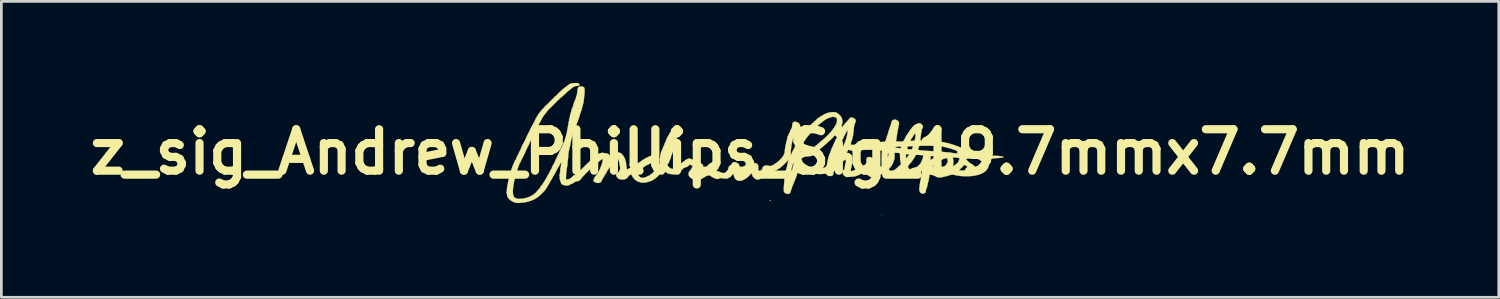
<source format=kicad_pcb>
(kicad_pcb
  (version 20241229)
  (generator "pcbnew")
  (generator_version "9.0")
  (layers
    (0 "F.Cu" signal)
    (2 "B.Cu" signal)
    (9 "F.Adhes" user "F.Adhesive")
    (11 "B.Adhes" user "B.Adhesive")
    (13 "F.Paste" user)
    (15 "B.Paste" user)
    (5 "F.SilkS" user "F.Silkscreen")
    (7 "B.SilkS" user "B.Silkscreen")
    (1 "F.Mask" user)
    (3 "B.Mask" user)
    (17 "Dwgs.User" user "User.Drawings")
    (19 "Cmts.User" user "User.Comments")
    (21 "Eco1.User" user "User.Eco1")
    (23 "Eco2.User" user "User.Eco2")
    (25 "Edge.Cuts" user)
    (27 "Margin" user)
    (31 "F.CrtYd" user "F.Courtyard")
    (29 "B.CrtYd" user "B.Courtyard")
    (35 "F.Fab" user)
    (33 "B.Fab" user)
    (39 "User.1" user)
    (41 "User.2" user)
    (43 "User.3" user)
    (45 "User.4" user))
  (footprint "z_sig_Andrew_Phillips_Sig_19.7mmx7.7mm"
    (layer "F.Cu")
    (at 24.536 2.538)
    (property "Reference" "z_sig_Andrew_Phillips_Sig_19.7mmx7.7mm" (at 0 0 0) (layer "F.SilkS") (effects (font (size 1.524 1.524) (thickness 0.3))))
    (attr through_hole)
    (fp_poly (pts (xy 4.859 2.338) (xy 4.858 2.342) (xy 4.854 2.342) (xy 4.848 2.34) (xy 4.85 2.338) (xy 4.858 2.337) (xy 4.859 2.338)) (stroke (width 0.01) (type solid)) (fill yes) (layer "F.SilkS"))
    (fp_poly (pts (xy 0.751 1.78) (xy 0.754 1.787) (xy 0.751 1.797) (xy 0.741 1.799) (xy 0.729 1.796) (xy 0.728 1.787) (xy 0.735 1.776) (xy 0.741 1.774) (xy 0.751 1.78)) (stroke (width 0.01) (type solid)) (fill yes) (layer "F.SilkS"))
    (fp_poly (pts (xy -6.403 -2.533) (xy -6.361 -2.531) (xy -6.342 -2.529) (xy -6.312 -2.521) (xy -6.29 -2.506) (xy -6.278 -2.487) (xy -6.278 -2.472) (xy -6.283 -2.453) (xy -6.291 -2.441) (xy -6.306 -2.434) (xy -6.33 -2.43) (xy -6.361 -2.428) (xy -6.407 -2.425) (xy -6.443 -2.417) (xy -6.473 -2.403) (xy -6.494 -2.39) (xy -6.515 -2.376) (xy -6.534 -2.364) (xy -6.535 -2.364) (xy -6.549 -2.356) (xy -6.555 -2.349) (xy -6.555 -2.349) (xy -6.56 -2.343) (xy -6.574 -2.331) (xy -6.593 -2.315) (xy -6.595 -2.313) (xy -6.619 -2.295) (xy -6.642 -2.276) (xy -6.656 -2.263) (xy -6.671 -2.251) (xy -6.68 -2.244) (xy -6.682 -2.244) (xy -6.689 -2.239) (xy -6.703 -2.228) (xy -6.711 -2.221) (xy -6.752 -2.182) (xy -6.789 -2.148) (xy -6.82 -2.119) (xy -6.844 -2.097) (xy -6.86 -2.084) (xy -6.861 -2.083) (xy -6.873 -2.071) (xy -6.879 -2.063) (xy -6.879 -2.062) (xy -6.885 -2.054) (xy -6.895 -2.048) (xy -6.908 -2.04) (xy -6.929 -2.023) (xy -6.956 -2) (xy -6.985 -1.974) (xy -7.015 -1.945) (xy -7.031 -1.93) (xy -7.054 -1.908) (xy -7.08 -1.885) (xy -7.093 -1.875) (xy -7.111 -1.859) (xy -7.123 -1.845) (xy -7.126 -1.838) (xy -7.131 -1.828) (xy -7.143 -1.818) (xy -7.153 -1.809) (xy -7.171 -1.793) (xy -7.196 -1.769) (xy -7.224 -1.741) (xy -7.251 -1.714) (xy -7.28 -1.683) (xy -7.308 -1.656) (xy -7.33 -1.633) (xy -7.347 -1.617) (xy -7.355 -1.609) (xy -7.37 -1.595) (xy -7.391 -1.575) (xy -7.414 -1.551) (xy -7.437 -1.525) (xy -7.459 -1.501) (xy -7.477 -1.479) (xy -7.489 -1.464) (xy -7.492 -1.459) (xy -7.499 -1.448) (xy -7.506 -1.439) (xy -7.548 -1.389) (xy -7.589 -1.334) (xy -7.624 -1.279) (xy -7.626 -1.275) (xy -7.639 -1.254) (xy -7.65 -1.238) (xy -7.656 -1.231) (xy -7.661 -1.221) (xy -7.662 -1.215) (xy -7.666 -1.202) (xy -7.675 -1.183) (xy -7.687 -1.164) (xy -7.7 -1.142) (xy -7.709 -1.124) (xy -7.712 -1.115) (xy -7.717 -1.102) (xy -7.726 -1.092) (xy -7.737 -1.079) (xy -7.74 -1.07) (xy -7.745 -1.057) (xy -7.751 -1.051) (xy -7.76 -1.038) (xy -7.762 -1.031) (xy -7.765 -1.019) (xy -7.773 -0.999) (xy -7.782 -0.981) (xy -7.797 -0.952) (xy -7.813 -0.92) (xy -7.82 -0.905) (xy -7.834 -0.879) (xy -7.848 -0.853) (xy -7.855 -0.841) (xy -7.866 -0.82) (xy -7.879 -0.794) (xy -7.891 -0.766) (xy -7.902 -0.74) (xy -7.909 -0.72) (xy -7.911 -0.708) (xy -7.911 -0.708) (xy -7.915 -0.698) (xy -7.926 -0.688) (xy -7.943 -0.67) (xy -7.956 -0.647) (xy -7.959 -0.63) (xy -7.963 -0.618) (xy -7.974 -0.602) (xy -7.976 -0.598) (xy -7.988 -0.581) (xy -7.994 -0.567) (xy -7.994 -0.564) (xy -7.996 -0.552) (xy -7.999 -0.549) (xy -8.005 -0.542) (xy -8.014 -0.526) (xy -8.021 -0.512) (xy -8.032 -0.49) (xy -8.041 -0.472) (xy -8.044 -0.466) (xy -8.051 -0.451) (xy -8.063 -0.428) (xy -8.076 -0.4) (xy -8.09 -0.372) (xy -8.102 -0.347) (xy -8.109 -0.331) (xy -8.117 -0.312) (xy -8.121 -0.297) (xy -8.121 -0.295) (xy -8.125 -0.284) (xy -8.134 -0.266) (xy -8.139 -0.26) (xy -8.149 -0.242) (xy -8.156 -0.23) (xy -8.156 -0.227) (xy -8.16 -0.218) (xy -8.17 -0.203) (xy -8.171 -0.202) (xy -8.18 -0.188) (xy -8.181 -0.177) (xy -8.181 -0.176) (xy -8.181 -0.17) (xy -8.183 -0.169) (xy -8.189 -0.163) (xy -8.198 -0.148) (xy -8.202 -0.139) (xy -8.211 -0.119) (xy -8.224 -0.091) (xy -8.238 -0.06) (xy -8.242 -0.05) (xy -8.254 -0.023) (xy -8.263 0.001) (xy -8.268 0.017) (xy -8.269 0.021) (xy -8.274 0.035) (xy -8.282 0.045) (xy -8.293 0.059) (xy -8.302 0.08) (xy -8.304 0.085) (xy -8.31 0.102) (xy -8.317 0.112) (xy -8.319 0.113) (xy -8.324 0.119) (xy -8.326 0.127) (xy -8.329 0.14) (xy -8.333 0.145) (xy -8.339 0.155) (xy -8.34 0.163) (xy -8.342 0.174) (xy -8.346 0.176) (xy -8.351 0.182) (xy -8.361 0.198) (xy -8.371 0.217) (xy -8.384 0.244) (xy -8.4 0.276) (xy -8.416 0.308) (xy -8.417 0.31) (xy -8.43 0.337) (xy -8.44 0.36) (xy -8.445 0.376) (xy -8.445 0.378) (xy -8.449 0.392) (xy -8.455 0.397) (xy -8.465 0.406) (xy -8.476 0.425) (xy -8.487 0.448) (xy -8.496 0.472) (xy -8.499 0.485) (xy -8.504 0.502) (xy -8.51 0.512) (xy -8.51 0.512) (xy -8.515 0.522) (xy -8.516 0.528) (xy -8.519 0.541) (xy -8.527 0.561) (xy -8.53 0.568) (xy -8.539 0.588) (xy -8.544 0.605) (xy -8.544 0.609) (xy -8.548 0.619) (xy -8.551 0.621) (xy -8.556 0.627) (xy -8.558 0.643) (xy -8.558 0.652) (xy -8.562 0.68) (xy -8.571 0.699) (xy -8.582 0.719) (xy -8.592 0.746) (xy -8.599 0.772) (xy -8.601 0.786) (xy -8.604 0.8) (xy -8.611 0.819) (xy -8.614 0.826) (xy -8.622 0.847) (xy -8.628 0.877) (xy -8.633 0.907) (xy -8.636 0.932) (xy -8.639 0.951) (xy -8.643 0.959) (xy -8.643 0.96) (xy -8.648 0.966) (xy -8.652 0.981) (xy -8.652 0.982) (xy -8.661 1.026) (xy -8.669 1.056) (xy -8.671 1.062) (xy -8.675 1.072) (xy -8.678 1.084) (xy -8.682 1.103) (xy -8.687 1.129) (xy -8.693 1.167) (xy -8.693 1.168) (xy -8.698 1.199) (xy -8.703 1.231) (xy -8.707 1.252) (xy -8.712 1.289) (xy -8.717 1.335) (xy -8.721 1.387) (xy -8.723 1.44) (xy -8.723 1.468) (xy -8.72 1.523) (xy -8.709 1.579) (xy -8.706 1.59) (xy -8.697 1.62) (xy -8.69 1.641) (xy -8.682 1.654) (xy -8.671 1.665) (xy -8.661 1.672) (xy -8.629 1.693) (xy -8.601 1.708) (xy -8.573 1.717) (xy -8.542 1.722) (xy -8.504 1.724) (xy -8.47 1.724) (xy -8.42 1.723) (xy -8.377 1.72) (xy -8.336 1.713) (xy -8.297 1.705) (xy -8.242 1.692) (xy -8.195 1.68) (xy -8.158 1.668) (xy -8.131 1.658) (xy -8.115 1.65) (xy -8.112 1.645) (xy -8.11 1.639) (xy -8.107 1.64) (xy -8.096 1.64) (xy -8.076 1.632) (xy -8.049 1.618) (xy -8.017 1.6) (xy -7.983 1.578) (xy -7.949 1.554) (xy -7.917 1.529) (xy -7.889 1.506) (xy -7.871 1.489) (xy -7.853 1.47) (xy -7.84 1.455) (xy -7.834 1.447) (xy -7.835 1.446) (xy -7.834 1.444) (xy -7.827 1.434) (xy -7.813 1.418) (xy -7.79 1.394) (xy -7.759 1.36) (xy -7.749 1.35) (xy -7.733 1.331) (xy -7.722 1.315) (xy -7.719 1.306) (xy -7.714 1.291) (xy -7.708 1.284) (xy -7.699 1.272) (xy -7.698 1.265) (xy -7.694 1.259) (xy -7.691 1.259) (xy -7.684 1.258) (xy -7.684 1.254) (xy -7.678 1.243) (xy -7.666 1.231) (xy -7.653 1.219) (xy -7.648 1.209) (xy -7.648 1.209) (xy -7.643 1.2) (xy -7.638 1.197) (xy -7.629 1.187) (xy -7.627 1.178) (xy -7.623 1.165) (xy -7.617 1.16) (xy -7.609 1.152) (xy -7.598 1.135) (xy -7.586 1.112) (xy -7.585 1.111) (xy -7.573 1.089) (xy -7.563 1.072) (xy -7.557 1.065) (xy -7.556 1.065) (xy -7.55 1.06) (xy -7.541 1.045) (xy -7.538 1.039) (xy -7.528 1.02) (xy -7.518 1.005) (xy -7.516 1.003) (xy -7.508 0.99) (xy -7.507 0.984) (xy -7.504 0.975) (xy -7.501 0.974) (xy -7.496 0.968) (xy -7.488 0.952) (xy -7.486 0.946) (xy -7.477 0.925) (xy -7.466 0.908) (xy -7.464 0.906) (xy -7.453 0.892) (xy -7.451 0.881) (xy -7.446 0.867) (xy -7.441 0.863) (xy -7.433 0.854) (xy -7.422 0.836) (xy -7.409 0.813) (xy -7.408 0.811) (xy -7.396 0.788) (xy -7.386 0.771) (xy -7.38 0.762) (xy -7.38 0.762) (xy -7.374 0.753) (xy -7.37 0.738) (xy -7.365 0.72) (xy -7.358 0.708) (xy -7.347 0.693) (xy -7.333 0.668) (xy -7.317 0.638) (xy -7.301 0.606) (xy -7.286 0.575) (xy -7.274 0.548) (xy -7.267 0.528) (xy -7.266 0.522) (xy -7.26 0.505) (xy -7.254 0.497) (xy -7.245 0.487) (xy -7.234 0.469) (xy -7.219 0.442) (xy -7.208 0.419) (xy -7.198 0.399) (xy -7.19 0.384) (xy -7.189 0.381) (xy -7.177 0.36) (xy -7.168 0.339) (xy -7.162 0.322) (xy -7.161 0.314) (xy -7.158 0.302) (xy -7.15 0.285) (xy -7.138 0.267) (xy -7.131 0.26) (xy -7.122 0.243) (xy -7.119 0.23) (xy -7.115 0.213) (xy -7.105 0.198) (xy -7.095 0.181) (xy -7.091 0.168) (xy -7.087 0.153) (xy -7.077 0.135) (xy -7.076 0.133) (xy -7.068 0.12) (xy -7.066 0.113) (xy -7.066 0.113) (xy -7.065 0.108) (xy -7.058 0.095) (xy -7.054 0.09) (xy -7.037 0.062) (xy -7.023 0.034) (xy -7.015 0.008) (xy -7.013 -0.003) (xy -7.008 -0.02) (xy -6.998 -0.032) (xy -6.982 -0.053) (xy -6.972 -0.077) (xy -6.97 -0.093) (xy -6.968 -0.104) (xy -6.965 -0.106) (xy -6.958 -0.112) (xy -6.951 -0.127) (xy -6.95 -0.131) (xy -6.943 -0.147) (xy -6.937 -0.155) (xy -6.936 -0.155) (xy -6.929 -0.161) (xy -6.922 -0.176) (xy -6.916 -0.194) (xy -6.913 -0.21) (xy -6.913 -0.213) (xy -6.911 -0.224) (xy -6.907 -0.226) (xy -6.9 -0.232) (xy -6.89 -0.246) (xy -6.882 -0.265) (xy -6.876 -0.282) (xy -6.876 -0.292) (xy -6.875 -0.304) (xy -6.866 -0.321) (xy -6.862 -0.327) (xy -6.848 -0.348) (xy -6.837 -0.371) (xy -6.836 -0.375) (xy -6.827 -0.399) (xy -6.818 -0.422) (xy -6.812 -0.439) (xy -6.812 -0.451) (xy -6.812 -0.452) (xy -6.812 -0.458) (xy -6.809 -0.459) (xy -6.804 -0.465) (xy -6.802 -0.48) (xy -6.802 -0.483) (xy -6.8 -0.5) (xy -6.795 -0.508) (xy -6.795 -0.508) (xy -6.79 -0.514) (xy -6.787 -0.529) (xy -6.787 -0.529) (xy -6.786 -0.544) (xy -6.781 -0.55) (xy -6.781 -0.55) (xy -6.777 -0.557) (xy -6.773 -0.573) (xy -6.77 -0.587) (xy -6.766 -0.609) (xy -6.762 -0.626) (xy -6.76 -0.631) (xy -6.755 -0.643) (xy -6.75 -0.661) (xy -6.75 -0.663) (xy -6.746 -0.687) (xy -6.739 -0.713) (xy -6.739 -0.716) (xy -6.734 -0.737) (xy -6.729 -0.766) (xy -6.724 -0.798) (xy -6.724 -0.8) (xy -6.719 -0.829) (xy -6.714 -0.853) (xy -6.709 -0.869) (xy -6.708 -0.87) (xy -6.704 -0.886) (xy -6.702 -0.908) (xy -6.702 -0.924) (xy -6.701 -0.946) (xy -6.699 -0.955) (xy -6.697 -0.954) (xy -6.693 -0.955) (xy -6.689 -0.969) (xy -6.686 -0.996) (xy -6.686 -0.999) (xy -6.682 -1.035) (xy -6.676 -1.071) (xy -6.67 -1.105) (xy -6.663 -1.135) (xy -6.656 -1.156) (xy -6.65 -1.166) (xy -6.647 -1.173) (xy -6.652 -1.176) (xy -6.66 -1.185) (xy -6.658 -1.197) (xy -6.651 -1.204) (xy -6.641 -1.213) (xy -6.636 -1.227) (xy -6.638 -1.24) (xy -6.641 -1.243) (xy -6.645 -1.25) (xy -6.638 -1.257) (xy -6.63 -1.271) (xy -6.625 -1.296) (xy -6.624 -1.309) (xy -6.622 -1.332) (xy -6.62 -1.349) (xy -6.618 -1.355) (xy -6.611 -1.367) (xy -6.603 -1.387) (xy -6.597 -1.409) (xy -6.595 -1.427) (xy -6.595 -1.427) (xy -6.593 -1.441) (xy -6.589 -1.446) (xy -6.584 -1.452) (xy -6.583 -1.462) (xy -6.58 -1.479) (xy -6.575 -1.501) (xy -6.572 -1.509) (xy -6.566 -1.53) (xy -6.564 -1.546) (xy -6.565 -1.55) (xy -6.564 -1.563) (xy -6.559 -1.579) (xy -6.55 -1.594) (xy -6.542 -1.601) (xy -6.54 -1.602) (xy -6.535 -1.608) (xy -6.533 -1.619) (xy -6.531 -1.633) (xy -6.526 -1.637) (xy -6.522 -1.641) (xy -6.523 -1.644) (xy -6.522 -1.653) (xy -6.517 -1.671) (xy -6.509 -1.694) (xy -6.5 -1.719) (xy -6.493 -1.74) (xy -6.491 -1.753) (xy -6.488 -1.769) (xy -6.48 -1.788) (xy -6.473 -1.807) (xy -6.47 -1.823) (xy -6.465 -1.84) (xy -6.456 -1.854) (xy -6.447 -1.869) (xy -6.446 -1.88) (xy -6.445 -1.894) (xy -6.435 -1.906) (xy -6.426 -1.918) (xy -6.424 -1.927) (xy -6.423 -1.933) (xy -6.42 -1.933) (xy -6.416 -1.939) (xy -6.417 -1.947) (xy -6.417 -1.96) (xy -6.414 -1.964) (xy -6.41 -1.973) (xy -6.404 -1.99) (xy -6.4 -2.01) (xy -6.398 -2.027) (xy -6.398 -2.034) (xy -6.394 -2.041) (xy -6.389 -2.044) (xy -6.38 -2.053) (xy -6.378 -2.063) (xy -6.377 -2.077) (xy -6.373 -2.1) (xy -6.367 -2.127) (xy -6.367 -2.127) (xy -6.357 -2.179) (xy -6.348 -2.236) (xy -6.342 -2.29) (xy -6.34 -2.319) (xy -6.335 -2.35) (xy -6.323 -2.372) (xy -6.3 -2.39) (xy -6.272 -2.402) (xy -6.226 -2.411) (xy -6.179 -2.407) (xy -6.136 -2.391) (xy -6.115 -2.38) (xy -6.103 -2.369) (xy -6.096 -2.353) (xy -6.091 -2.335) (xy -6.086 -2.301) (xy -6.084 -2.254) (xy -6.085 -2.195) (xy -6.09 -2.126) (xy -6.098 -2.048) (xy -6.102 -2.007) (xy -6.108 -1.964) (xy -6.113 -1.922) (xy -6.117 -1.885) (xy -6.121 -1.857) (xy -6.122 -1.845) (xy -6.125 -1.821) (xy -6.129 -1.803) (xy -6.131 -1.796) (xy -6.135 -1.786) (xy -6.141 -1.766) (xy -6.148 -1.739) (xy -6.153 -1.718) (xy -6.16 -1.686) (xy -6.168 -1.657) (xy -6.175 -1.636) (xy -6.178 -1.628) (xy -6.185 -1.608) (xy -6.188 -1.584) (xy -6.188 -1.584) (xy -6.19 -1.564) (xy -6.194 -1.548) (xy -6.195 -1.547) (xy -6.203 -1.528) (xy -6.214 -1.503) (xy -6.223 -1.476) (xy -6.232 -1.451) (xy -6.236 -1.432) (xy -6.237 -1.426) (xy -6.24 -1.414) (xy -6.243 -1.411) (xy -6.249 -1.405) (xy -6.253 -1.39) (xy -6.254 -1.385) (xy -6.26 -1.359) (xy -6.27 -1.325) (xy -6.281 -1.29) (xy -6.292 -1.259) (xy -6.298 -1.244) (xy -6.306 -1.22) (xy -6.312 -1.198) (xy -6.318 -1.177) (xy -6.325 -1.161) (xy -6.332 -1.144) (xy -6.338 -1.123) (xy -6.339 -1.119) (xy -6.346 -1.095) (xy -6.357 -1.073) (xy -6.358 -1.071) (xy -6.363 -1.063) (xy -6.369 -1.051) (xy -6.376 -1.035) (xy -6.385 -1.013) (xy -6.397 -0.982) (xy -6.411 -0.942) (xy -6.43 -0.889) (xy -6.431 -0.885) (xy -6.44 -0.863) (xy -6.452 -0.832) (xy -6.465 -0.799) (xy -6.47 -0.787) (xy -6.484 -0.753) (xy -6.497 -0.719) (xy -6.507 -0.689) (xy -6.509 -0.681) (xy -6.518 -0.65) (xy -6.528 -0.616) (xy -6.533 -0.6) (xy -6.542 -0.572) (xy -6.551 -0.539) (xy -6.559 -0.508) (xy -6.566 -0.483) (xy -6.572 -0.463) (xy -6.577 -0.453) (xy -6.578 -0.453) (xy -6.58 -0.445) (xy -6.582 -0.428) (xy -6.583 -0.413) (xy -6.584 -0.391) (xy -6.587 -0.375) (xy -6.589 -0.371) (xy -6.592 -0.367) (xy -6.595 -0.359) (xy -6.598 -0.345) (xy -6.602 -0.322) (xy -6.607 -0.288) (xy -6.61 -0.265) (xy -6.615 -0.235) (xy -6.623 -0.205) (xy -6.628 -0.191) (xy -6.638 -0.162) (xy -6.645 -0.134) (xy -6.65 -0.11) (xy -6.65 -0.094) (xy -6.649 -0.091) (xy -6.649 -0.08) (xy -6.652 -0.076) (xy -6.658 -0.061) (xy -6.665 -0.035) (xy -6.671 -0.001) (xy -6.677 0.04) (xy -6.682 0.083) (xy -6.685 0.127) (xy -6.686 0.145) (xy -6.688 0.18) (xy -6.691 0.216) (xy -6.694 0.245) (xy -6.695 0.25) (xy -6.7 0.285) (xy -6.705 0.322) (xy -6.709 0.364) (xy -6.712 0.415) (xy -6.714 0.441) (xy -6.716 0.474) (xy -6.719 0.503) (xy -6.722 0.525) (xy -6.724 0.533) (xy -6.734 0.569) (xy -6.74 0.601) (xy -6.745 0.635) (xy -6.748 0.676) (xy -6.749 0.684) (xy -6.751 0.716) (xy -6.754 0.742) (xy -6.757 0.76) (xy -6.758 0.765) (xy -6.761 0.776) (xy -6.763 0.795) (xy -6.764 0.808) (xy -6.765 0.83) (xy -6.766 0.862) (xy -6.768 0.898) (xy -6.769 0.916) (xy -6.77 0.956) (xy -6.769 0.984) (xy -6.764 1.002) (xy -6.755 1.012) (xy -6.741 1.016) (xy -6.735 1.016) (xy -6.709 1.013) (xy -6.678 1.004) (xy -6.645 0.99) (xy -6.611 0.974) (xy -6.581 0.957) (xy -6.556 0.939) (xy -6.539 0.923) (xy -6.533 0.91) (xy -6.528 0.898) (xy -6.512 0.884) (xy -6.483 0.866) (xy -6.449 0.849) (xy -6.406 0.823) (xy -6.367 0.789) (xy -6.365 0.787) (xy -6.346 0.768) (xy -6.329 0.755) (xy -6.319 0.748) (xy -6.318 0.748) (xy -6.309 0.744) (xy -6.308 0.741) (xy -6.307 0.738) (xy -6.305 0.733) (xy -6.299 0.727) (xy -6.287 0.716) (xy -6.268 0.699) (xy -6.241 0.675) (xy -6.236 0.67) (xy -6.215 0.651) (xy -6.186 0.624) (xy -6.152 0.591) (xy -6.116 0.556) (xy -6.081 0.521) (xy -6.079 0.519) (xy -6.046 0.486) (xy -6.016 0.457) (xy -5.991 0.432) (xy -5.971 0.414) (xy -5.959 0.403) (xy -5.958 0.402) (xy -5.947 0.393) (xy -5.927 0.376) (xy -5.901 0.352) (xy -5.871 0.325) (xy -5.838 0.294) (xy -5.804 0.262) (xy -5.772 0.231) (xy -5.742 0.203) (xy -5.718 0.179) (xy -5.709 0.17) (xy -5.686 0.148) (xy -5.665 0.129) (xy -5.649 0.116) (xy -5.644 0.113) (xy -5.627 0.102) (xy -5.605 0.088) (xy -5.597 0.082) (xy -5.572 0.069) (xy -5.537 0.056) (xy -5.499 0.045) (xy -5.459 0.036) (xy -5.43 0.03) (xy -5.411 0.029) (xy -5.399 0.031) (xy -5.394 0.035) (xy -5.385 0.04) (xy -5.367 0.043) (xy -5.364 0.043) (xy -5.331 0.046) (xy -5.292 0.052) (xy -5.255 0.061) (xy -5.224 0.071) (xy -5.218 0.074) (xy -5.19 0.093) (xy -5.168 0.12) (xy -5.156 0.15) (xy -5.155 0.162) (xy -5.15 0.182) (xy -5.14 0.19) (xy -5.126 0.184) (xy -5.114 0.173) (xy -5.101 0.157) (xy -5.09 0.146) (xy -5.09 0.146) (xy -5.082 0.138) (xy -5.065 0.122) (xy -5.043 0.102) (xy -5.02 0.08) (xy -4.994 0.055) (xy -4.974 0.039) (xy -4.959 0.028) (xy -4.944 0.021) (xy -4.927 0.017) (xy -4.911 0.014) (xy -4.882 0.009) (xy -4.862 0.009) (xy -4.849 0.013) (xy -4.832 0.02) (xy -4.821 0.021) (xy -4.809 0.024) (xy -4.788 0.032) (xy -4.764 0.042) (xy -4.737 0.057) (xy -4.718 0.072) (xy -4.701 0.094) (xy -4.695 0.102) (xy -4.682 0.122) (xy -4.67 0.136) (xy -4.664 0.141) (xy -4.657 0.147) (xy -4.648 0.161) (xy -4.647 0.165) (xy -4.638 0.182) (xy -4.63 0.193) (xy -4.629 0.194) (xy -4.623 0.204) (xy -4.621 0.213) (xy -4.617 0.228) (xy -4.607 0.245) (xy -4.597 0.261) (xy -4.593 0.274) (xy -4.591 0.288) (xy -4.585 0.308) (xy -4.582 0.318) (xy -4.572 0.349) (xy -4.564 0.388) (xy -4.557 0.437) (xy -4.551 0.487) (xy -4.547 0.519) (xy -4.542 0.551) (xy -4.538 0.575) (xy -4.537 0.579) (xy -4.533 0.601) (xy -4.531 0.62) (xy -4.532 0.624) (xy -4.528 0.636) (xy -4.516 0.641) (xy -4.5 0.639) (xy -4.485 0.629) (xy -4.484 0.628) (xy -4.47 0.617) (xy -4.46 0.613) (xy -4.449 0.609) (xy -4.43 0.6) (xy -4.407 0.586) (xy -4.406 0.585) (xy -4.382 0.57) (xy -4.361 0.557) (xy -4.346 0.549) (xy -4.314 0.535) (xy -4.292 0.524) (xy -4.276 0.516) (xy -4.263 0.508) (xy -4.258 0.505) (xy -4.237 0.491) (xy -4.214 0.478) (xy -4.212 0.477) (xy -4.189 0.463) (xy -4.167 0.448) (xy -4.166 0.447) (xy -4.15 0.435) (xy -4.127 0.419) (xy -4.101 0.401) (xy -4.073 0.382) (xy -4.046 0.365) (xy -4.024 0.351) (xy -4.008 0.342) (xy -4.001 0.339) (xy -3.993 0.333) (xy -3.991 0.328) (xy -3.983 0.319) (xy -3.967 0.307) (xy -3.95 0.296) (xy -3.922 0.28) (xy -3.894 0.263) (xy -3.881 0.254) (xy -3.856 0.24) (xy -3.822 0.221) (xy -3.782 0.201) (xy -3.74 0.181) (xy -3.708 0.167) (xy -3.655 0.146) (xy -3.602 0.132) (xy -3.575 0.127) (xy -3.55 0.123) (xy -3.532 0.122) (xy -3.516 0.126) (xy -3.496 0.135) (xy -3.484 0.141) (xy -3.442 0.162) (xy -3.411 0.18) (xy -3.392 0.195) (xy -3.382 0.208) (xy -3.38 0.216) (xy -3.374 0.225) (xy -3.369 0.226) (xy -3.362 0.232) (xy -3.354 0.247) (xy -3.347 0.267) (xy -3.344 0.286) (xy -3.344 0.288) (xy -3.349 0.302) (xy -3.359 0.318) (xy -3.37 0.329) (xy -3.377 0.332) (xy -3.389 0.336) (xy -3.401 0.346) (xy -3.415 0.356) (xy -3.435 0.359) (xy -3.449 0.359) (xy -3.482 0.362) (xy -3.517 0.375) (xy -3.518 0.376) (xy -3.546 0.386) (xy -3.568 0.39) (xy -3.573 0.39) (xy -3.587 0.39) (xy -3.591 0.394) (xy -3.597 0.4) (xy -3.607 0.402) (xy -3.621 0.405) (xy -3.644 0.414) (xy -3.673 0.426) (xy -3.704 0.441) (xy -3.725 0.452) (xy -3.746 0.463) (xy -3.771 0.476) (xy -3.797 0.488) (xy -3.82 0.498) (xy -3.838 0.506) (xy -3.845 0.508) (xy -3.852 0.512) (xy -3.852 0.514) (xy -3.858 0.52) (xy -3.872 0.531) (xy -3.88 0.537) (xy -3.897 0.548) (xy -3.907 0.557) (xy -3.909 0.559) (xy -3.914 0.564) (xy -3.916 0.564) (xy -3.927 0.569) (xy -3.946 0.58) (xy -3.969 0.597) (xy -3.993 0.616) (xy -4.016 0.635) (xy -4.034 0.652) (xy -4.039 0.658) (xy -4.065 0.694) (xy -4.087 0.734) (xy -4.103 0.773) (xy -4.11 0.807) (xy -4.11 0.834) (xy -4.104 0.855) (xy -4.093 0.873) (xy -4.082 0.89) (xy -4.073 0.901) (xy -4.07 0.903) (xy -4.063 0.907) (xy -4.05 0.918) (xy -4.046 0.921) (xy -4.028 0.935) (xy -4.011 0.945) (xy -4.009 0.946) (xy -3.982 0.951) (xy -3.947 0.952) (xy -3.907 0.947) (xy -3.867 0.939) (xy -3.832 0.927) (xy -3.804 0.913) (xy -3.801 0.91) (xy -3.784 0.9) (xy -3.769 0.896) (xy -3.755 0.893) (xy -3.75 0.889) (xy -3.74 0.883) (xy -3.735 0.882) (xy -3.723 0.878) (xy -3.706 0.867) (xy -3.702 0.864) (xy -3.686 0.851) (xy -3.674 0.842) (xy -3.672 0.84) (xy -3.66 0.833) (xy -3.648 0.826) (xy -3.637 0.819) (xy -3.626 0.811) (xy -3.612 0.8) (xy -3.595 0.783) (xy -3.571 0.759) (xy -3.54 0.728) (xy -3.507 0.694) (xy -3.471 0.657) (xy -3.435 0.621) (xy -3.413 0.598) (xy -3.375 0.559) (xy -3.347 0.525) (xy -3.328 0.496) (xy -3.317 0.469) (xy -3.312 0.442) (xy -3.313 0.412) (xy -3.316 0.393) (xy -3.318 0.362) (xy -3.318 0.321) (xy -3.315 0.273) (xy -3.311 0.221) (xy -3.304 0.168) (xy -3.297 0.117) (xy -3.288 0.071) (xy -3.279 0.034) (xy -3.271 0.011) (xy -3.259 -0.017) (xy -3.25 -0.037) (xy -3.244 -0.054) (xy -3.237 -0.074) (xy -3.236 -0.078) (xy -3.228 -0.098) (xy -3.216 -0.127) (xy -3.202 -0.159) (xy -3.193 -0.179) (xy -3.178 -0.211) (xy -3.164 -0.243) (xy -3.154 -0.269) (xy -3.149 -0.28) (xy -3.141 -0.304) (xy -3.128 -0.333) (xy -3.115 -0.363) (xy -3.114 -0.365) (xy -3.103 -0.39) (xy -3.095 -0.41) (xy -3.09 -0.422) (xy -3.09 -0.424) (xy -3.087 -0.434) (xy -3.079 -0.454) (xy -3.066 -0.482) (xy -3.05 -0.513) (xy -3.034 -0.547) (xy -3.017 -0.579) (xy -3.001 -0.607) (xy -2.988 -0.63) (xy -2.984 -0.635) (xy -2.97 -0.657) (xy -2.959 -0.675) (xy -2.954 -0.684) (xy -2.946 -0.699) (xy -2.94 -0.709) (xy -2.919 -0.744) (xy -2.905 -0.77) (xy -2.896 -0.789) (xy -2.892 -0.803) (xy -2.891 -0.813) (xy -2.891 -0.823) (xy -2.89 -0.83) (xy -2.885 -0.837) (xy -2.875 -0.846) (xy -2.858 -0.857) (xy -2.832 -0.873) (xy -2.809 -0.887) (xy -2.786 -0.898) (xy -2.764 -0.902) (xy -2.738 -0.898) (xy -2.712 -0.89) (xy -2.674 -0.873) (xy -2.648 -0.853) (xy -2.637 -0.832) (xy -2.632 -0.814) (xy -2.626 -0.791) (xy -2.625 -0.787) (xy -2.622 -0.764) (xy -2.621 -0.739) (xy -2.624 -0.716) (xy -2.629 -0.699) (xy -2.633 -0.694) (xy -2.637 -0.685) (xy -2.639 -0.669) (xy -2.639 -0.668) (xy -2.64 -0.65) (xy -2.645 -0.638) (xy -2.645 -0.638) (xy -2.649 -0.629) (xy -2.657 -0.609) (xy -2.665 -0.584) (xy -2.667 -0.579) (xy -2.678 -0.539) (xy -2.687 -0.511) (xy -2.693 -0.491) (xy -2.697 -0.477) (xy -2.7 -0.468) (xy -2.703 -0.459) (xy -2.703 -0.459) (xy -2.708 -0.439) (xy -2.713 -0.418) (xy -2.717 -0.402) (xy -2.722 -0.395) (xy -2.723 -0.395) (xy -2.727 -0.389) (xy -2.732 -0.372) (xy -2.737 -0.353) (xy -2.743 -0.33) (xy -2.749 -0.313) (xy -2.753 -0.306) (xy -2.757 -0.297) (xy -2.759 -0.281) (xy -2.759 -0.281) (xy -2.761 -0.259) (xy -2.767 -0.232) (xy -2.779 -0.198) (xy -2.788 -0.175) (xy -2.796 -0.15) (xy -2.801 -0.125) (xy -2.801 -0.117) (xy -2.803 -0.096) (xy -2.807 -0.08) (xy -2.808 -0.079) (xy -2.817 -0.059) (xy -2.829 -0.031) (xy -2.841 0.000123) (xy -2.843 0.007) (xy -2.862 0.058) (xy -2.885 0.111) (xy -2.897 0.137) (xy -2.904 0.158) (xy -2.907 0.183) (xy -2.907 0.184) (xy -2.91 0.204) (xy -2.916 0.22) (xy -2.917 0.221) (xy -2.926 0.235) (xy -2.928 0.243) (xy -2.931 0.254) (xy -2.939 0.274) (xy -2.95 0.3) (xy -2.956 0.315) (xy -2.969 0.342) (xy -2.978 0.365) (xy -2.984 0.38) (xy -2.985 0.384) (xy -2.989 0.396) (xy -2.991 0.399) (xy -2.999 0.409) (xy -3.01 0.426) (xy -3.022 0.445) (xy -3.046 0.485) (xy -3.026 0.512) (xy -3.011 0.53) (xy -2.989 0.552) (xy -2.965 0.574) (xy -2.962 0.576) (xy -2.936 0.596) (xy -2.913 0.608) (xy -2.89 0.616) (xy -2.87 0.621) (xy -2.844 0.625) (xy -2.827 0.626) (xy -2.815 0.624) (xy -2.804 0.617) (xy -2.804 0.616) (xy -2.785 0.603) (xy -2.769 0.593) (xy -2.727 0.562) (xy -2.685 0.527) (xy -2.646 0.492) (xy -2.629 0.474) (xy -2.614 0.46) (xy -2.6 0.452) (xy -2.596 0.452) (xy -2.582 0.447) (xy -2.566 0.437) (xy -2.563 0.434) (xy -2.545 0.422) (xy -2.527 0.413) (xy -2.525 0.413) (xy -2.51 0.406) (xy -2.491 0.392) (xy -2.481 0.384) (xy -2.464 0.37) (xy -2.45 0.361) (xy -2.445 0.36) (xy -2.437 0.355) (xy -2.422 0.343) (xy -2.403 0.325) (xy -2.402 0.324) (xy -2.382 0.304) (xy -2.363 0.29) (xy -2.342 0.278) (xy -2.315 0.267) (xy -2.279 0.254) (xy -2.278 0.254) (xy -2.231 0.239) (xy -2.186 0.254) (xy -2.132 0.275) (xy -2.09 0.295) (xy -2.06 0.316) (xy -2.057 0.319) (xy -2.035 0.333) (xy -2 0.348) (xy -1.954 0.364) (xy -1.92 0.375) (xy -1.889 0.385) (xy -1.865 0.394) (xy -1.851 0.399) (xy -1.834 0.406) (xy -1.822 0.409) (xy -1.821 0.409) (xy -1.81 0.414) (xy -1.801 0.422) (xy -1.788 0.433) (xy -1.769 0.449) (xy -1.759 0.457) (xy -1.735 0.481) (xy -1.724 0.506) (xy -1.725 0.529) (xy -1.739 0.548) (xy -1.751 0.562) (xy -1.757 0.573) (xy -1.757 0.574) (xy -1.763 0.581) (xy -1.778 0.591) (xy -1.799 0.603) (xy -1.821 0.613) (xy -1.841 0.62) (xy -1.854 0.622) (xy -1.855 0.622) (xy -1.871 0.626) (xy -1.893 0.642) (xy -1.92 0.667) (xy -1.951 0.703) (xy -1.959 0.713) (xy -1.986 0.748) (xy -2.004 0.774) (xy -2.014 0.793) (xy -2.017 0.806) (xy -2.013 0.816) (xy -2.002 0.824) (xy -1.994 0.828) (xy -1.975 0.834) (xy -1.953 0.838) (xy -1.931 0.84) (xy -1.914 0.838) (xy -1.905 0.834) (xy -1.905 0.833) (xy -1.899 0.826) (xy -1.896 0.826) (xy -1.886 0.822) (xy -1.868 0.812) (xy -1.848 0.8) (xy -1.824 0.785) (xy -1.801 0.772) (xy -1.787 0.766) (xy -1.769 0.755) (xy -1.748 0.739) (xy -1.734 0.727) (xy -1.716 0.712) (xy -1.701 0.701) (xy -1.694 0.699) (xy -1.681 0.695) (xy -1.662 0.686) (xy -1.645 0.676) (xy -1.635 0.668) (xy -1.632 0.657) (xy -1.628 0.637) (xy -1.626 0.621) (xy -1.622 0.601) (xy -1.617 0.584) (xy -1.607 0.565) (xy -1.592 0.544) (xy -1.571 0.516) (xy -1.554 0.495) (xy -1.534 0.474) (xy -1.509 0.452) (xy -1.483 0.432) (xy -1.459 0.415) (xy -1.439 0.405) (xy -1.43 0.402) (xy -1.417 0.398) (xy -1.415 0.395) (xy -1.403 0.389) (xy -1.385 0.39) (xy -1.366 0.398) (xy -1.36 0.402) (xy -1.346 0.412) (xy -1.336 0.416) (xy -1.336 0.416) (xy -1.328 0.422) (xy -1.316 0.435) (xy -1.304 0.451) (xy -1.284 0.483) (xy -1.276 0.512) (xy -1.276 0.513) (xy -1.276 0.525) (xy -1.276 0.534) (xy -1.28 0.544) (xy -1.288 0.557) (xy -1.301 0.574) (xy -1.321 0.598) (xy -1.346 0.626) (xy -1.366 0.653) (xy -1.374 0.674) (xy -1.37 0.691) (xy -1.364 0.698) (xy -1.356 0.704) (xy -1.345 0.707) (xy -1.328 0.708) (xy -1.302 0.706) (xy -1.295 0.705) (xy -1.246 0.701) (xy -1.208 0.703) (xy -1.184 0.709) (xy -1.174 0.716) (xy -1.16 0.724) (xy -1.143 0.725) (xy -1.125 0.726) (xy -1.117 0.732) (xy -1.116 0.732) (xy -1.108 0.74) (xy -1.103 0.741) (xy -1.092 0.744) (xy -1.073 0.752) (xy -1.056 0.76) (xy -1.02 0.774) (xy -0.988 0.777) (xy -0.962 0.775) (xy -0.938 0.77) (xy -0.917 0.765) (xy -0.905 0.759) (xy -0.903 0.756) (xy -0.898 0.749) (xy -0.886 0.741) (xy -0.871 0.73) (xy -0.864 0.72) (xy -0.858 0.71) (xy -0.844 0.693) (xy -0.826 0.672) (xy -0.816 0.662) (xy -0.78 0.621) (xy -0.755 0.589) (xy -0.74 0.566) (xy -0.737 0.55) (xy -0.738 0.548) (xy -0.738 0.538) (xy -0.732 0.536) (xy -0.721 0.531) (xy -0.707 0.518) (xy -0.696 0.503) (xy -0.691 0.492) (xy -0.687 0.47) (xy -0.677 0.443) (xy -0.662 0.418) (xy -0.647 0.399) (xy -0.645 0.398) (xy -0.626 0.387) (xy -0.603 0.378) (xy -0.579 0.373) (xy -0.558 0.371) (xy -0.547 0.374) (xy -0.535 0.38) (xy -0.527 0.381) (xy -0.51 0.386) (xy -0.501 0.392) (xy -0.488 0.401) (xy -0.467 0.413) (xy -0.451 0.422) (xy -0.429 0.434) (xy -0.416 0.445) (xy -0.411 0.457) (xy -0.41 0.462) (xy -0.406 0.481) (xy -0.4 0.493) (xy -0.394 0.501) (xy -0.39 0.513) (xy -0.388 0.529) (xy -0.386 0.555) (xy -0.385 0.579) (xy -0.382 0.633) (xy -0.379 0.685) (xy -0.374 0.732) (xy -0.369 0.771) (xy -0.364 0.801) (xy -0.358 0.82) (xy -0.357 0.822) (xy -0.347 0.835) (xy -0.342 0.84) (xy -0.331 0.836) (xy -0.313 0.826) (xy -0.291 0.813) (xy -0.27 0.798) (xy -0.253 0.785) (xy -0.25 0.783) (xy -0.236 0.77) (xy -0.226 0.763) (xy -0.224 0.762) (xy -0.215 0.756) (xy -0.198 0.74) (xy -0.174 0.714) (xy -0.144 0.679) (xy -0.108 0.636) (xy -0.102 0.628) (xy -0.091 0.615) (xy -0.073 0.595) (xy -0.053 0.573) (xy -0.049 0.569) (xy -0.024 0.541) (xy -0.006 0.521) (xy 0.009 0.504) (xy 0.022 0.487) (xy 0.038 0.467) (xy 0.043 0.461) (xy 0.067 0.435) (xy 0.092 0.419) (xy 0.123 0.411) (xy 0.155 0.409) (xy 0.185 0.412) (xy 0.215 0.418) (xy 0.242 0.428) (xy 0.263 0.439) (xy 0.274 0.45) (xy 0.275 0.455) (xy 0.281 0.465) (xy 0.286 0.468) (xy 0.294 0.477) (xy 0.293 0.484) (xy 0.294 0.499) (xy 0.297 0.505) (xy 0.302 0.518) (xy 0.304 0.538) (xy 0.304 0.541) (xy 0.302 0.593) (xy 0.302 0.633) (xy 0.303 0.666) (xy 0.304 0.694) (xy 0.307 0.714) (xy 0.31 0.738) (xy 0.315 0.755) (xy 0.319 0.762) (xy 0.319 0.762) (xy 0.327 0.757) (xy 0.342 0.744) (xy 0.362 0.725) (xy 0.384 0.703) (xy 0.406 0.681) (xy 0.424 0.66) (xy 0.438 0.643) (xy 0.444 0.633) (xy 0.445 0.632) (xy 0.447 0.622) (xy 0.45 0.621) (xy 0.454 0.615) (xy 0.456 0.599) (xy 0.457 0.594) (xy 0.46 0.577) (xy 0.469 0.561) (xy 0.487 0.542) (xy 0.491 0.538) (xy 0.516 0.518) (xy 0.537 0.509) (xy 0.544 0.508) (xy 0.559 0.506) (xy 0.564 0.5) (xy 0.569 0.496) (xy 0.582 0.496) (xy 0.607 0.498) (xy 0.643 0.504) (xy 0.667 0.508) (xy 0.71 0.515) (xy 0.745 0.517) (xy 0.775 0.512) (xy 0.806 0.501) (xy 0.823 0.493) (xy 0.901 0.449) (xy 0.979 0.395) (xy 1.053 0.335) (xy 1.121 0.269) (xy 1.181 0.201) (xy 1.229 0.132) (xy 1.229 0.131) (xy 1.236 0.117) (xy 1.24 0.108) (xy 1.49 0.108) (xy 1.491 0.122) (xy 1.493 0.127) (xy 1.497 0.121) (xy 1.505 0.105) (xy 1.516 0.082) (xy 1.524 0.065) (xy 1.537 0.037) (xy 1.549 0.013) (xy 1.557 -0.004) (xy 1.56 -0.009) (xy 1.565 -0.023) (xy 1.566 -0.029) (xy 1.57 -0.04) (xy 1.575 -0.047) (xy 1.87 -0.047) (xy 1.872 -0.023) (xy 1.874 -0.011) (xy 1.884 -0.002) (xy 1.894 -0.003) (xy 1.906 -0.005) (xy 1.929 -0.007) (xy 1.96 -0.01) (xy 1.996 -0.013) (xy 2.004 -0.014) (xy 2.059 -0.019) (xy 2.103 -0.024) (xy 2.137 -0.031) (xy 2.164 -0.038) (xy 2.187 -0.047) (xy 2.19 -0.049) (xy 2.215 -0.064) (xy 2.245 -0.085) (xy 2.274 -0.109) (xy 2.292 -0.125) (xy 2.306 -0.136) (xy 2.317 -0.141) (xy 2.317 -0.141) (xy 2.327 -0.146) (xy 2.333 -0.155) (xy 2.342 -0.164) (xy 2.359 -0.18) (xy 2.384 -0.201) (xy 2.414 -0.226) (xy 2.447 -0.253) (xy 2.481 -0.28) (xy 2.501 -0.296) (xy 2.512 -0.306) (xy 2.531 -0.322) (xy 2.553 -0.342) (xy 2.557 -0.346) (xy 2.583 -0.368) (xy 2.609 -0.391) (xy 2.631 -0.408) (xy 2.632 -0.409) (xy 2.666 -0.437) (xy 2.707 -0.472) (xy 2.752 -0.514) (xy 2.799 -0.558) (xy 2.846 -0.604) (xy 2.89 -0.648) (xy 2.928 -0.688) (xy 2.958 -0.721) (xy 2.96 -0.724) (xy 2.981 -0.748) (xy 3.003 -0.774) (xy 3.014 -0.786) (xy 3.029 -0.803) (xy 3.038 -0.816) (xy 3.041 -0.821) (xy 3.045 -0.829) (xy 3.056 -0.844) (xy 3.068 -0.86) (xy 3.088 -0.886) (xy 3.107 -0.916) (xy 3.116 -0.931) (xy 3.131 -0.959) (xy 3.149 -0.991) (xy 3.163 -1.016) (xy 3.179 -1.051) (xy 3.189 -1.083) (xy 3.194 -1.115) (xy 3.197 -1.16) (xy 3.198 -1.192) (xy 3.195 -1.215) (xy 3.189 -1.23) (xy 3.186 -1.234) (xy 3.177 -1.246) (xy 3.175 -1.253) (xy 3.169 -1.261) (xy 3.151 -1.269) (xy 3.126 -1.277) (xy 3.097 -1.283) (xy 3.067 -1.288) (xy 3.04 -1.291) (xy 3.017 -1.29) (xy 3.004 -1.287) (xy 3.003 -1.285) (xy 2.993 -1.279) (xy 2.979 -1.275) (xy 2.912 -1.257) (xy 2.843 -1.229) (xy 2.777 -1.194) (xy 2.729 -1.161) (xy 2.711 -1.147) (xy 2.69 -1.131) (xy 2.688 -1.129) (xy 2.668 -1.114) (xy 2.644 -1.097) (xy 2.636 -1.091) (xy 2.613 -1.074) (xy 2.588 -1.054) (xy 2.579 -1.045) (xy 2.559 -1.027) (xy 2.539 -1.011) (xy 2.532 -1.005) (xy 2.479 -0.961) (xy 2.422 -0.909) (xy 2.362 -0.851) (xy 2.304 -0.789) (xy 2.249 -0.727) (xy 2.219 -0.691) (xy 2.191 -0.656) (xy 2.161 -0.619) (xy 2.132 -0.585) (xy 2.109 -0.556) (xy 2.107 -0.554) (xy 2.084 -0.526) (xy 2.064 -0.498) (xy 2.048 -0.474) (xy 2.042 -0.465) (xy 2.029 -0.442) (xy 2.014 -0.424) (xy 2.008 -0.418) (xy 1.995 -0.404) (xy 1.99 -0.39) (xy 1.99 -0.39) (xy 1.985 -0.376) (xy 1.975 -0.358) (xy 1.968 -0.349) (xy 1.956 -0.332) (xy 1.948 -0.318) (xy 1.947 -0.314) (xy 1.944 -0.304) (xy 1.942 -0.302) (xy 1.935 -0.294) (xy 1.924 -0.276) (xy 1.913 -0.252) (xy 1.902 -0.227) (xy 1.893 -0.203) (xy 1.89 -0.191) (xy 1.884 -0.163) (xy 1.878 -0.136) (xy 1.877 -0.131) (xy 1.873 -0.106) (xy 1.871 -0.076) (xy 1.87 -0.047) (xy 1.575 -0.047) (xy 1.58 -0.056) (xy 1.583 -0.059) (xy 1.595 -0.078) (xy 1.604 -0.095) (xy 1.605 -0.097) (xy 1.611 -0.109) (xy 1.616 -0.113) (xy 1.622 -0.119) (xy 1.623 -0.122) (xy 1.626 -0.134) (xy 1.634 -0.152) (xy 1.64 -0.166) (xy 1.65 -0.187) (xy 1.657 -0.208) (xy 1.663 -0.232) (xy 1.667 -0.26) (xy 1.67 -0.295) (xy 1.671 -0.339) (xy 1.672 -0.393) (xy 1.672 -0.432) (xy 1.672 -0.496) (xy 1.671 -0.546) (xy 1.67 -0.584) (xy 1.668 -0.612) (xy 1.666 -0.63) (xy 1.662 -0.64) (xy 1.658 -0.643) (xy 1.654 -0.641) (xy 1.645 -0.631) (xy 1.644 -0.627) (xy 1.641 -0.619) (xy 1.632 -0.602) (xy 1.62 -0.58) (xy 1.619 -0.58) (xy 1.607 -0.556) (xy 1.598 -0.534) (xy 1.595 -0.521) (xy 1.592 -0.505) (xy 1.588 -0.497) (xy 1.583 -0.488) (xy 1.576 -0.468) (xy 1.567 -0.442) (xy 1.563 -0.428) (xy 1.545 -0.357) (xy 1.53 -0.284) (xy 1.518 -0.203) (xy 1.509 -0.134) (xy 1.506 -0.099) (xy 1.501 -0.063) (xy 1.497 -0.032) (xy 1.496 -0.025) (xy 1.494 0.001) (xy 1.494 0.018) (xy 1.497 0.024) (xy 1.502 0.037) (xy 1.502 0.053) (xy 1.497 0.066) (xy 1.496 0.067) (xy 1.493 0.075) (xy 1.491 0.09) (xy 1.49 0.108) (xy 1.24 0.108) (xy 1.246 0.095) (xy 1.256 0.069) (xy 1.266 0.044) (xy 1.269 0.035) (xy 1.273 0.013) (xy 1.276 -0.015) (xy 1.277 -0.032) (xy 1.279 -0.059) (xy 1.283 -0.097) (xy 1.29 -0.142) (xy 1.299 -0.192) (xy 1.309 -0.243) (xy 1.312 -0.258) (xy 1.323 -0.306) (xy 1.331 -0.344) (xy 1.338 -0.372) (xy 1.344 -0.393) (xy 1.349 -0.41) (xy 1.352 -0.418) (xy 1.358 -0.441) (xy 1.364 -0.471) (xy 1.367 -0.497) (xy 1.372 -0.536) (xy 1.381 -0.562) (xy 1.384 -0.565) (xy 1.393 -0.581) (xy 1.397 -0.592) (xy 1.397 -0.592) (xy 1.4 -0.602) (xy 1.408 -0.621) (xy 1.419 -0.645) (xy 1.432 -0.67) (xy 1.437 -0.681) (xy 1.451 -0.707) (xy 1.463 -0.732) (xy 1.471 -0.753) (xy 1.475 -0.764) (xy 1.475 -0.764) (xy 1.478 -0.779) (xy 1.487 -0.799) (xy 1.498 -0.82) (xy 1.509 -0.836) (xy 1.513 -0.839) (xy 1.522 -0.853) (xy 1.524 -0.861) (xy 1.527 -0.874) (xy 1.53 -0.878) (xy 1.536 -0.886) (xy 1.541 -0.904) (xy 1.545 -0.933) (xy 1.55 -0.975) (xy 1.551 -0.988) (xy 1.556 -1.028) (xy 1.565 -1.056) (xy 1.578 -1.077) (xy 1.598 -1.092) (xy 1.605 -1.096) (xy 1.634 -1.109) (xy 1.66 -1.112) (xy 1.69 -1.107) (xy 1.705 -1.102) (xy 1.744 -1.087) (xy 1.772 -1.074) (xy 1.793 -1.058) (xy 1.809 -1.039) (xy 1.824 -1.013) (xy 1.827 -1.007) (xy 1.843 -0.97) (xy 1.85 -0.943) (xy 1.85 -0.934) (xy 1.851 -0.914) (xy 1.855 -0.889) (xy 1.859 -0.874) (xy 1.866 -0.846) (xy 1.872 -0.812) (xy 1.876 -0.787) (xy 1.881 -0.755) (xy 1.886 -0.717) (xy 1.891 -0.68) (xy 1.891 -0.675) (xy 1.9 -0.612) (xy 1.931 -0.647) (xy 1.952 -0.67) (xy 1.972 -0.696) (xy 1.984 -0.711) (xy 1.996 -0.728) (xy 2.007 -0.739) (xy 2.01 -0.741) (xy 2.017 -0.747) (xy 2.021 -0.757) (xy 2.027 -0.769) (xy 2.041 -0.788) (xy 2.06 -0.81) (xy 2.066 -0.816) (xy 2.09 -0.843) (xy 2.115 -0.871) (xy 2.137 -0.896) (xy 2.138 -0.897) (xy 2.156 -0.916) (xy 2.178 -0.941) (xy 2.204 -0.968) (xy 2.231 -0.995) (xy 2.257 -1.02) (xy 2.279 -1.042) (xy 2.296 -1.057) (xy 2.305 -1.065) (xy 2.315 -1.072) (xy 2.334 -1.087) (xy 2.357 -1.109) (xy 2.385 -1.134) (xy 2.414 -1.161) (xy 2.443 -1.188) (xy 2.455 -1.199) (xy 2.479 -1.222) (xy 2.497 -1.238) (xy 2.515 -1.251) (xy 2.536 -1.263) (xy 2.544 -1.267) (xy 2.563 -1.28) (xy 2.579 -1.292) (xy 2.589 -1.3) (xy 2.603 -1.309) (xy 2.622 -1.32) (xy 2.651 -1.336) (xy 2.671 -1.346) (xy 2.686 -1.355) (xy 2.695 -1.362) (xy 2.695 -1.362) (xy 2.703 -1.367) (xy 2.72 -1.377) (xy 2.743 -1.389) (xy 2.752 -1.394) (xy 2.78 -1.407) (xy 2.807 -1.419) (xy 2.836 -1.429) (xy 2.871 -1.439) (xy 2.914 -1.451) (xy 2.937 -1.455) (xy 2.967 -1.458) (xy 3.003 -1.461) (xy 3.039 -1.463) (xy 3.074 -1.464) (xy 3.104 -1.463) (xy 3.126 -1.462) (xy 3.134 -1.46) (xy 3.151 -1.454) (xy 3.164 -1.452) (xy 3.176 -1.449) (xy 3.178 -1.446) (xy 3.182 -1.441) (xy 3.194 -1.434) (xy 3.209 -1.427) (xy 3.222 -1.423) (xy 3.226 -1.424) (xy 3.231 -1.419) (xy 3.231 -1.415) (xy 3.235 -1.405) (xy 3.238 -1.404) (xy 3.248 -1.399) (xy 3.264 -1.387) (xy 3.283 -1.37) (xy 3.304 -1.35) (xy 3.323 -1.331) (xy 3.338 -1.314) (xy 3.341 -1.309) (xy 3.362 -1.27) (xy 3.38 -1.224) (xy 3.392 -1.175) (xy 3.398 -1.127) (xy 3.396 -1.085) (xy 3.395 -1.076) (xy 3.387 -1.039) (xy 3.378 -1.004) (xy 3.369 -0.974) (xy 3.361 -0.95) (xy 3.354 -0.935) (xy 3.352 -0.933) (xy 3.345 -0.924) (xy 3.344 -0.92) (xy 3.341 -0.911) (xy 3.339 -0.91) (xy 3.332 -0.905) (xy 3.327 -0.897) (xy 3.305 -0.858) (xy 3.283 -0.82) (xy 3.261 -0.786) (xy 3.242 -0.76) (xy 3.233 -0.75) (xy 3.216 -0.73) (xy 3.201 -0.711) (xy 3.197 -0.705) (xy 3.187 -0.691) (xy 3.17 -0.671) (xy 3.15 -0.648) (xy 3.14 -0.638) (xy 3.119 -0.614) (xy 3.101 -0.593) (xy 3.088 -0.577) (xy 3.085 -0.573) (xy 3.075 -0.561) (xy 3.059 -0.543) (xy 3.038 -0.521) (xy 3.015 -0.497) (xy 2.991 -0.474) (xy 2.968 -0.452) (xy 2.95 -0.436) (xy 2.938 -0.425) (xy 2.934 -0.423) (xy 2.927 -0.419) (xy 2.912 -0.406) (xy 2.893 -0.388) (xy 2.88 -0.375) (xy 2.852 -0.348) (xy 2.815 -0.314) (xy 2.773 -0.276) (xy 2.728 -0.237) (xy 2.683 -0.199) (xy 2.641 -0.164) (xy 2.606 -0.136) (xy 2.588 -0.122) (xy 2.567 -0.103) (xy 2.561 -0.097) (xy 2.542 -0.08) (xy 2.518 -0.059) (xy 2.498 -0.043) (xy 2.474 -0.022) (xy 2.446 0.004) (xy 2.419 0.03) (xy 2.413 0.037) (xy 2.392 0.058) (xy 2.375 0.074) (xy 2.364 0.083) (xy 2.362 0.085) (xy 2.354 0.089) (xy 2.339 0.099) (xy 2.326 0.108) (xy 2.305 0.123) (xy 2.282 0.135) (xy 2.256 0.145) (xy 2.225 0.153) (xy 2.187 0.159) (xy 2.141 0.165) (xy 2.083 0.169) (xy 2.03 0.173) (xy 1.996 0.18) (xy 1.959 0.197) (xy 1.923 0.22) (xy 1.901 0.24) (xy 1.888 0.254) (xy 1.885 0.264) (xy 1.89 0.274) (xy 1.894 0.277) (xy 1.903 0.292) (xy 1.908 0.306) (xy 1.913 0.327) (xy 1.915 0.341) (xy 1.923 0.356) (xy 1.94 0.378) (xy 1.963 0.402) (xy 1.989 0.427) (xy 2.016 0.449) (xy 2.042 0.467) (xy 2.05 0.472) (xy 2.08 0.489) (xy 2.114 0.507) (xy 2.135 0.519) (xy 2.163 0.533) (xy 2.191 0.546) (xy 2.209 0.554) (xy 2.234 0.564) (xy 2.256 0.573) (xy 2.261 0.575) (xy 2.283 0.582) (xy 2.313 0.588) (xy 2.349 0.594) (xy 2.384 0.598) (xy 2.415 0.6) (xy 2.417 0.6) (xy 2.44 0.601) (xy 2.47 0.605) (xy 2.502 0.61) (xy 2.509 0.612) (xy 2.537 0.617) (xy 2.558 0.619) (xy 2.577 0.619) (xy 2.598 0.616) (xy 2.626 0.61) (xy 2.638 0.607) (xy 2.689 0.594) (xy 2.729 0.58) (xy 2.759 0.566) (xy 2.782 0.549) (xy 2.8 0.529) (xy 2.803 0.526) (xy 2.813 0.51) (xy 2.821 0.494) (xy 2.827 0.474) (xy 2.832 0.449) (xy 2.836 0.414) (xy 2.841 0.376) (xy 2.844 0.355) (xy 2.848 0.342) (xy 2.851 0.339) (xy 2.855 0.332) (xy 2.857 0.317) (xy 2.857 0.311) (xy 2.859 0.292) (xy 2.863 0.28) (xy 2.865 0.279) (xy 2.869 0.269) (xy 2.872 0.252) (xy 2.872 0.25) (xy 2.873 0.234) (xy 2.878 0.226) (xy 2.879 0.226) (xy 2.884 0.22) (xy 2.886 0.205) (xy 2.886 0.205) (xy 2.888 0.185) (xy 2.892 0.171) (xy 2.898 0.157) (xy 2.901 0.147) (xy 3.133 0.147) (xy 3.137 0.147) (xy 3.151 0.138) (xy 3.171 0.121) (xy 3.199 0.095) (xy 3.224 0.07) (xy 3.246 0.047) (xy 3.269 0.021) (xy 3.549 0.021) (xy 3.555 0.026) (xy 3.571 0.031) (xy 3.575 0.032) (xy 3.599 0.036) (xy 3.621 0.039) (xy 3.622 0.039) (xy 3.643 0.047) (xy 3.668 0.062) (xy 3.694 0.082) (xy 3.718 0.104) (xy 3.738 0.127) (xy 3.75 0.146) (xy 3.752 0.155) (xy 3.753 0.168) (xy 3.757 0.189) (xy 3.761 0.208) (xy 3.764 0.233) (xy 3.766 0.264) (xy 3.766 0.299) (xy 3.766 0.333) (xy 3.764 0.365) (xy 3.761 0.389) (xy 3.757 0.403) (xy 3.757 0.403) (xy 3.75 0.418) (xy 3.748 0.427) (xy 3.74 0.487) (xy 3.73 0.539) (xy 3.72 0.582) (xy 3.718 0.59) (xy 3.71 0.618) (xy 3.706 0.647) (xy 3.704 0.674) (xy 3.706 0.693) (xy 3.709 0.701) (xy 3.722 0.705) (xy 3.745 0.703) (xy 3.776 0.695) (xy 3.814 0.683) (xy 3.854 0.667) (xy 3.873 0.658) (xy 3.905 0.643) (xy 3.933 0.63) (xy 3.954 0.619) (xy 3.965 0.614) (xy 3.965 0.613) (xy 3.979 0.606) (xy 3.997 0.597) (xy 4 0.595) (xy 4.062 0.566) (xy 4.114 0.541) (xy 4.156 0.518) (xy 4.187 0.501) (xy 4.205 0.488) (xy 4.236 0.459) (xy 4.258 0.435) (xy 4.272 0.411) (xy 4.28 0.383) (xy 4.283 0.348) (xy 4.283 0.303) (xy 4.283 0.302) (xy 4.283 0.266) (xy 4.285 0.241) (xy 4.292 0.224) (xy 4.304 0.211) (xy 4.324 0.2) (xy 4.337 0.195) (xy 4.353 0.188) (xy 4.367 0.186) (xy 4.383 0.187) (xy 4.407 0.191) (xy 4.415 0.193) (xy 4.443 0.2) (xy 4.466 0.206) (xy 4.481 0.211) (xy 4.497 0.22) (xy 4.515 0.234) (xy 4.531 0.249) (xy 4.542 0.263) (xy 4.544 0.268) (xy 4.548 0.279) (xy 4.554 0.286) (xy 4.56 0.3) (xy 4.562 0.324) (xy 4.56 0.354) (xy 4.554 0.387) (xy 4.546 0.418) (xy 4.542 0.428) (xy 4.535 0.455) (xy 4.526 0.492) (xy 4.519 0.538) (xy 4.512 0.589) (xy 4.506 0.643) (xy 4.504 0.661) (xy 4.5 0.706) (xy 4.531 0.706) (xy 4.554 0.703) (xy 4.572 0.697) (xy 4.576 0.695) (xy 4.592 0.686) (xy 4.613 0.678) (xy 4.616 0.677) (xy 4.636 0.668) (xy 4.66 0.654) (xy 4.67 0.646) (xy 5.108 0.646) (xy 5.11 0.665) (xy 5.116 0.681) (xy 5.131 0.698) (xy 5.137 0.705) (xy 5.156 0.721) (xy 5.173 0.731) (xy 5.181 0.734) (xy 5.195 0.731) (xy 5.216 0.723) (xy 5.24 0.712) (xy 5.262 0.7) (xy 5.278 0.69) (xy 5.285 0.684) (xy 5.285 0.684) (xy 5.29 0.678) (xy 5.292 0.677) (xy 5.302 0.673) (xy 5.304 0.672) (xy 7.697 0.672) (xy 7.7 0.676) (xy 7.706 0.679) (xy 7.71 0.68) (xy 7.724 0.682) (xy 7.749 0.682) (xy 7.783 0.682) (xy 7.822 0.681) (xy 7.865 0.679) (xy 7.908 0.677) (xy 7.948 0.674) (xy 7.983 0.67) (xy 8.008 0.667) (xy 8.052 0.66) (xy 8.083 0.653) (xy 8.103 0.646) (xy 8.112 0.637) (xy 8.114 0.632) (xy 8.109 0.625) (xy 8.095 0.612) (xy 8.077 0.597) (xy 8.057 0.583) (xy 8.04 0.571) (xy 8.028 0.565) (xy 8.026 0.564) (xy 8.018 0.56) (xy 8.002 0.55) (xy 7.982 0.535) (xy 7.959 0.518) (xy 7.943 0.506) (xy 7.915 0.489) (xy 7.889 0.482) (xy 7.866 0.485) (xy 7.857 0.491) (xy 7.85 0.501) (xy 7.851 0.506) (xy 7.849 0.512) (xy 7.839 0.524) (xy 7.822 0.542) (xy 7.811 0.552) (xy 7.772 0.589) (xy 7.742 0.618) (xy 7.721 0.639) (xy 7.707 0.655) (xy 7.699 0.665) (xy 7.697 0.672) (xy 5.304 0.672) (xy 5.312 0.665) (xy 5.324 0.655) (xy 5.343 0.64) (xy 5.367 0.621) (xy 5.38 0.61) (xy 5.418 0.58) (xy 5.455 0.549) (xy 5.456 0.548) (xy 5.807 0.548) (xy 5.811 0.559) (xy 5.821 0.576) (xy 5.834 0.597) (xy 5.849 0.617) (xy 5.862 0.633) (xy 5.872 0.641) (xy 5.873 0.642) (xy 5.884 0.639) (xy 5.901 0.632) (xy 5.901 0.631) (xy 5.917 0.624) (xy 5.928 0.621) (xy 5.928 0.621) (xy 5.938 0.617) (xy 5.953 0.608) (xy 5.957 0.605) (xy 5.984 0.593) (xy 6.021 0.585) (xy 6.022 0.585) (xy 6.062 0.577) (xy 6.104 0.562) (xy 6.144 0.543) (xy 6.16 0.532) (xy 6.717 0.532) (xy 6.723 0.54) (xy 6.738 0.55) (xy 6.757 0.559) (xy 6.775 0.564) (xy 6.781 0.564) (xy 6.792 0.568) (xy 6.795 0.572) (xy 6.8 0.579) (xy 6.812 0.586) (xy 6.829 0.596) (xy 6.838 0.607) (xy 6.853 0.617) (xy 6.879 0.621) (xy 6.914 0.617) (xy 6.958 0.606) (xy 6.967 0.603) (xy 6.994 0.595) (xy 7.016 0.589) (xy 7.03 0.586) (xy 7.032 0.586) (xy 7.046 0.582) (xy 7.069 0.573) (xy 7.096 0.56) (xy 7.125 0.545) (xy 7.15 0.529) (xy 7.153 0.527) (xy 7.177 0.509) (xy 7.199 0.489) (xy 7.218 0.469) (xy 7.229 0.453) (xy 7.232 0.445) (xy 7.235 0.434) (xy 7.244 0.416) (xy 7.254 0.4) (xy 7.267 0.374) (xy 7.272 0.355) (xy 7.271 0.347) (xy 7.268 0.328) (xy 7.267 0.304) (xy 7.266 0.292) (xy 7.263 0.262) (xy 7.253 0.241) (xy 7.236 0.231) (xy 7.21 0.229) (xy 7.173 0.235) (xy 7.168 0.237) (xy 7.138 0.245) (xy 7.111 0.256) (xy 7.093 0.266) (xy 7.068 0.28) (xy 7.043 0.292) (xy 7.038 0.294) (xy 6.998 0.312) (xy 6.951 0.339) (xy 6.899 0.375) (xy 6.877 0.391) (xy 6.859 0.403) (xy 6.849 0.409) (xy 6.847 0.409) (xy 6.84 0.414) (xy 6.825 0.426) (xy 6.806 0.442) (xy 6.802 0.446) (xy 6.779 0.467) (xy 6.756 0.488) (xy 6.74 0.503) (xy 6.739 0.503) (xy 6.725 0.518) (xy 6.718 0.529) (xy 6.717 0.532) (xy 6.16 0.532) (xy 6.176 0.521) (xy 6.187 0.511) (xy 6.202 0.497) (xy 6.214 0.488) (xy 6.217 0.487) (xy 6.222 0.481) (xy 6.223 0.477) (xy 6.228 0.465) (xy 6.235 0.457) (xy 6.247 0.446) (xy 6.262 0.429) (xy 6.275 0.411) (xy 6.284 0.396) (xy 6.287 0.389) (xy 6.291 0.38) (xy 6.296 0.375) (xy 6.304 0.362) (xy 6.31 0.344) (xy 6.316 0.325) (xy 6.324 0.312) (xy 6.331 0.299) (xy 6.338 0.279) (xy 6.633 0.279) (xy 6.635 0.286) (xy 6.637 0.291) (xy 6.642 0.293) (xy 6.65 0.291) (xy 6.663 0.284) (xy 6.683 0.272) (xy 6.712 0.253) (xy 6.738 0.236) (xy 6.765 0.217) (xy 7.452 0.217) (xy 7.458 0.222) (xy 7.461 0.232) (xy 7.46 0.245) (xy 7.459 0.258) (xy 7.463 0.258) (xy 7.464 0.258) (xy 7.47 0.26) (xy 7.472 0.274) (xy 7.474 0.291) (xy 7.479 0.3) (xy 7.483 0.309) (xy 7.483 0.32) (xy 7.481 0.333) (xy 7.479 0.357) (xy 7.477 0.387) (xy 7.476 0.412) (xy 7.473 0.444) (xy 7.471 0.47) (xy 7.468 0.488) (xy 7.466 0.494) (xy 7.459 0.503) (xy 7.456 0.51) (xy 7.455 0.52) (xy 7.464 0.521) (xy 7.483 0.513) (xy 7.512 0.497) (xy 7.538 0.48) (xy 7.568 0.457) (xy 7.595 0.434) (xy 7.615 0.416) (xy 7.631 0.402) (xy 7.641 0.395) (xy 7.642 0.395) (xy 7.648 0.389) (xy 7.648 0.385) (xy 7.653 0.373) (xy 7.659 0.367) (xy 7.668 0.354) (xy 7.669 0.346) (xy 7.672 0.333) (xy 7.68 0.313) (xy 7.687 0.299) (xy 7.698 0.275) (xy 7.7 0.269) (xy 7.945 0.269) (xy 7.949 0.277) (xy 7.962 0.292) (xy 7.981 0.311) (xy 8.004 0.334) (xy 8.028 0.357) (xy 8.05 0.378) (xy 8.07 0.395) (xy 8.084 0.406) (xy 8.089 0.409) (xy 8.099 0.413) (xy 8.116 0.424) (xy 8.129 0.433) (xy 8.152 0.448) (xy 8.175 0.46) (xy 8.185 0.464) (xy 8.204 0.472) (xy 8.209 0.483) (xy 8.215 0.496) (xy 8.223 0.501) (xy 8.235 0.508) (xy 8.253 0.523) (xy 8.274 0.542) (xy 8.283 0.55) (xy 8.304 0.569) (xy 8.321 0.584) (xy 8.332 0.592) (xy 8.334 0.593) (xy 8.339 0.599) (xy 8.34 0.607) (xy 8.343 0.618) (xy 8.356 0.62) (xy 8.377 0.614) (xy 8.406 0.599) (xy 8.437 0.58) (xy 8.465 0.556) (xy 8.493 0.523) (xy 8.506 0.506) (xy 8.525 0.477) (xy 8.535 0.45) (xy 8.54 0.418) (xy 8.541 0.408) (xy 8.541 0.384) (xy 8.538 0.369) (xy 8.53 0.356) (xy 8.52 0.347) (xy 8.493 0.324) (xy 8.461 0.301) (xy 8.427 0.28) (xy 8.398 0.266) (xy 8.393 0.264) (xy 8.363 0.256) (xy 8.322 0.25) (xy 8.271 0.245) (xy 8.213 0.242) (xy 8.15 0.241) (xy 8.087 0.242) (xy 8.038 0.244) (xy 8.001 0.246) (xy 7.975 0.249) (xy 7.958 0.253) (xy 7.948 0.259) (xy 7.945 0.267) (xy 7.945 0.269) (xy 7.7 0.269) (xy 7.703 0.26) (xy 7.701 0.249) (xy 7.693 0.238) (xy 7.687 0.233) (xy 7.674 0.224) (xy 7.655 0.217) (xy 7.627 0.213) (xy 7.615 0.211) (xy 7.568 0.207) (xy 7.528 0.205) (xy 7.494 0.205) (xy 7.47 0.208) (xy 7.455 0.212) (xy 7.452 0.217) (xy 6.765 0.217) (xy 6.777 0.21) (xy 6.805 0.191) (xy 6.824 0.177) (xy 6.835 0.167) (xy 6.839 0.161) (xy 6.838 0.156) (xy 6.836 0.154) (xy 6.825 0.152) (xy 6.803 0.15) (xy 6.774 0.149) (xy 6.742 0.149) (xy 6.709 0.149) (xy 6.68 0.15) (xy 6.659 0.152) (xy 6.647 0.155) (xy 6.647 0.155) (xy 6.642 0.162) (xy 6.64 0.177) (xy 6.64 0.202) (xy 6.641 0.21) (xy 6.642 0.238) (xy 6.64 0.258) (xy 6.637 0.267) (xy 6.633 0.279) (xy 6.338 0.279) (xy 6.338 0.279) (xy 6.341 0.269) (xy 6.349 0.243) (xy 6.356 0.218) (xy 6.358 0.212) (xy 6.366 0.181) (xy 6.369 0.154) (xy 6.369 0.134) (xy 6.364 0.124) (xy 6.363 0.124) (xy 6.352 0.122) (xy 6.331 0.12) (xy 6.304 0.117) (xy 6.297 0.117) (xy 6.241 0.113) (xy 6.198 0.11) (xy 6.166 0.108) (xy 6.142 0.107) (xy 6.126 0.107) (xy 6.115 0.107) (xy 6.109 0.109) (xy 6.104 0.112) (xy 6.101 0.116) (xy 6.098 0.119) (xy 6.084 0.138) (xy 6.075 0.154) (xy 6.059 0.186) (xy 6.048 0.208) (xy 6.039 0.22) (xy 6.037 0.222) (xy 6.029 0.232) (xy 6.016 0.249) (xy 6.005 0.266) (xy 5.991 0.287) (xy 5.979 0.304) (xy 5.972 0.311) (xy 5.964 0.324) (xy 5.962 0.335) (xy 5.956 0.35) (xy 5.938 0.369) (xy 5.932 0.374) (xy 5.915 0.388) (xy 5.903 0.399) (xy 5.9 0.403) (xy 5.895 0.411) (xy 5.884 0.426) (xy 5.869 0.444) (xy 5.855 0.463) (xy 5.842 0.479) (xy 5.835 0.487) (xy 5.835 0.487) (xy 5.827 0.498) (xy 5.818 0.516) (xy 5.81 0.534) (xy 5.807 0.547) (xy 5.807 0.548) (xy 5.456 0.548) (xy 5.488 0.519) (xy 5.515 0.492) (xy 5.536 0.469) (xy 5.549 0.453) (xy 5.551 0.446) (xy 5.551 0.431) (xy 5.547 0.408) (xy 5.542 0.392) (xy 5.531 0.344) (xy 5.523 0.287) (xy 5.518 0.231) (xy 5.729 0.231) (xy 5.73 0.238) (xy 5.735 0.237) (xy 5.74 0.233) (xy 5.754 0.221) (xy 5.77 0.204) (xy 5.773 0.201) (xy 5.798 0.173) (xy 5.816 0.15) (xy 5.826 0.134) (xy 5.828 0.129) (xy 5.833 0.119) (xy 5.838 0.113) (xy 5.847 0.101) (xy 5.849 0.095) (xy 5.843 0.089) (xy 5.826 0.084) (xy 5.804 0.081) (xy 5.78 0.081) (xy 5.757 0.085) (xy 5.756 0.085) (xy 5.738 0.091) (xy 5.731 0.098) (xy 5.732 0.109) (xy 5.732 0.112) (xy 5.737 0.163) (xy 5.732 0.212) (xy 5.729 0.231) (xy 5.518 0.231) (xy 5.517 0.225) (xy 5.515 0.162) (xy 5.515 0.133) (xy 5.516 0.097) (xy 5.515 0.073) (xy 5.514 0.058) (xy 5.51 0.05) (xy 5.506 0.047) (xy 5.505 0.047) (xy 5.488 0.043) (xy 5.461 0.039) (xy 5.43 0.036) (xy 5.397 0.032) (xy 5.368 0.03) (xy 5.346 0.029) (xy 5.338 0.029) (xy 5.316 0.032) (xy 5.315 0.106) (xy 5.316 0.138) (xy 5.317 0.166) (xy 5.318 0.187) (xy 5.32 0.194) (xy 5.32 0.211) (xy 5.316 0.217) (xy 5.309 0.23) (xy 5.306 0.249) (xy 5.306 0.251) (xy 5.303 0.276) (xy 5.296 0.299) (xy 5.289 0.318) (xy 5.28 0.344) (xy 5.274 0.363) (xy 5.249 0.432) (xy 5.212 0.497) (xy 5.164 0.559) (xy 5.142 0.582) (xy 5.124 0.602) (xy 5.113 0.618) (xy 5.109 0.632) (xy 5.108 0.646) (xy 4.67 0.646) (xy 4.671 0.645) (xy 4.688 0.632) (xy 4.701 0.623) (xy 4.705 0.621) (xy 4.712 0.616) (xy 4.727 0.605) (xy 4.741 0.593) (xy 4.765 0.572) (xy 4.792 0.549) (xy 4.81 0.535) (xy 4.848 0.504) (xy 4.843 0.456) (xy 4.842 0.427) (xy 4.84 0.388) (xy 4.84 0.341) (xy 4.839 0.29) (xy 4.84 0.237) (xy 4.84 0.184) (xy 4.841 0.135) (xy 4.841 0.134) (xy 5.06 0.134) (xy 5.061 0.154) (xy 5.067 0.163) (xy 5.072 0.168) (xy 5.068 0.169) (xy 5.062 0.174) (xy 5.063 0.18) (xy 5.068 0.189) (xy 5.069 0.191) (xy 5.072 0.184) (xy 5.078 0.168) (xy 5.084 0.15) (xy 5.091 0.127) (xy 5.094 0.11) (xy 5.094 0.102) (xy 5.092 0.091) (xy 5.091 0.072) (xy 5.091 0.064) (xy 5.088 0.041) (xy 5.084 0.033) (xy 5.078 0.038) (xy 5.072 0.057) (xy 5.071 0.06) (xy 5.063 0.103) (xy 5.06 0.134) (xy 4.841 0.134) (xy 4.843 0.092) (xy 4.845 0.057) (xy 4.847 0.033) (xy 4.847 0.031) (xy 4.851 0.005) (xy 4.854 -0.018) (xy 4.856 -0.032) (xy 4.855 -0.041) (xy 4.847 -0.046) (xy 4.829 -0.05) (xy 4.822 -0.05) (xy 4.8 -0.054) (xy 4.768 -0.059) (xy 4.734 -0.065) (xy 4.717 -0.068) (xy 4.694 -0.072) (xy 4.67 -0.075) (xy 4.645 -0.077) (xy 4.616 -0.079) (xy 4.58 -0.079) (xy 4.535 -0.08) (xy 4.48 -0.079) (xy 4.441 -0.079) (xy 4.366 -0.078) (xy 4.291 -0.077) (xy 4.217 -0.075) (xy 4.146 -0.073) (xy 4.08 -0.07) (xy 4.02 -0.068) (xy 3.967 -0.065) (xy 3.924 -0.062) (xy 3.892 -0.06) (xy 3.872 -0.057) (xy 3.87 -0.056) (xy 3.824 -0.048) (xy 3.782 -0.045) (xy 3.746 -0.047) (xy 3.723 -0.053) (xy 3.705 -0.059) (xy 3.692 -0.06) (xy 3.69 -0.06) (xy 3.68 -0.06) (xy 3.662 -0.065) (xy 3.65 -0.07) (xy 3.616 -0.085) (xy 3.604 -0.069) (xy 3.595 -0.053) (xy 3.591 -0.042) (xy 3.587 -0.03) (xy 3.575 -0.014) (xy 3.57 -0.008) (xy 3.557 0.007) (xy 3.55 0.018) (xy 3.549 0.021) (xy 3.269 0.021) (xy 3.27 0.019) (xy 3.288 -0.003) (xy 3.309 -0.029) (xy 3.33 -0.056) (xy 3.346 -0.075) (xy 3.36 -0.094) (xy 3.37 -0.11) (xy 3.373 -0.117) (xy 3.376 -0.127) (xy 3.386 -0.145) (xy 3.399 -0.168) (xy 3.401 -0.171) (xy 3.403 -0.173) (xy 5.345 -0.173) (xy 5.346 -0.166) (xy 5.352 -0.161) (xy 5.365 -0.156) (xy 5.386 -0.152) (xy 5.418 -0.147) (xy 5.457 -0.142) (xy 5.492 -0.138) (xy 5.515 -0.136) (xy 5.53 -0.136) (xy 5.537 -0.139) (xy 5.782 -0.139) (xy 5.784 -0.122) (xy 5.796 -0.109) (xy 5.817 -0.101) (xy 5.849 -0.096) (xy 5.893 -0.093) (xy 5.903 -0.093) (xy 5.928 -0.094) (xy 5.944 -0.1) (xy 5.949 -0.104) (xy 5.952 -0.108) (xy 6.185 -0.108) (xy 6.186 -0.086) (xy 6.198 -0.072) (xy 6.208 -0.068) (xy 6.228 -0.065) (xy 6.26 -0.061) (xy 6.301 -0.057) (xy 6.35 -0.053) (xy 6.403 -0.049) (xy 6.459 -0.044) (xy 6.516 -0.04) (xy 6.571 -0.037) (xy 6.597 -0.035) (xy 6.692 -0.03) (xy 6.785 -0.024) (xy 6.874 -0.019) (xy 6.955 -0.013) (xy 7.029 -0.007) (xy 7.092 -0.002) (xy 7.143 0.003) (xy 7.146 0.004) (xy 7.185 0.008) (xy 7.221 0.011) (xy 7.252 0.013) (xy 7.273 0.014) (xy 7.274 0.014) (xy 7.304 0.016) (xy 7.335 0.019) (xy 7.343 0.021) (xy 7.366 0.025) (xy 7.398 0.03) (xy 7.436 0.036) (xy 7.475 0.042) (xy 7.51 0.047) (xy 7.538 0.051) (xy 7.546 0.052) (xy 7.568 0.053) (xy 7.59 0.053) (xy 7.607 0.051) (xy 7.615 0.049) (xy 7.626 0.028) (xy 7.63 0.016) (xy 7.627 0.01) (xy 7.624 0.002) (xy 7.627 -0.004) (xy 7.63 -0.015) (xy 7.621 -0.028) (xy 7.599 -0.042) (xy 7.564 -0.059) (xy 7.546 -0.066) (xy 7.497 -0.084) (xy 7.457 -0.099) (xy 7.419 -0.111) (xy 7.38 -0.122) (xy 7.348 -0.131) (xy 7.31 -0.141) (xy 7.268 -0.153) (xy 7.23 -0.164) (xy 7.225 -0.165) (xy 7.195 -0.173) (xy 7.169 -0.18) (xy 7.15 -0.183) (xy 7.146 -0.183) (xy 7.131 -0.185) (xy 7.126 -0.189) (xy 7.12 -0.192) (xy 7.102 -0.196) (xy 7.075 -0.2) (xy 7.042 -0.204) (xy 7.04 -0.204) (xy 7 -0.208) (xy 6.959 -0.212) (xy 6.922 -0.217) (xy 6.9 -0.219) (xy 6.881 -0.221) (xy 6.85 -0.222) (xy 6.809 -0.224) (xy 6.759 -0.225) (xy 6.702 -0.226) (xy 6.64 -0.227) (xy 6.575 -0.227) (xy 6.551 -0.227) (xy 6.477 -0.228) (xy 6.417 -0.228) (xy 6.368 -0.228) (xy 6.329 -0.227) (xy 6.298 -0.226) (xy 6.276 -0.225) (xy 6.259 -0.224) (xy 6.247 -0.222) (xy 6.238 -0.219) (xy 6.233 -0.217) (xy 6.214 -0.203) (xy 6.204 -0.188) (xy 6.205 -0.177) (xy 6.205 -0.167) (xy 6.199 -0.15) (xy 6.195 -0.139) (xy 6.185 -0.108) (xy 5.952 -0.108) (xy 5.965 -0.125) (xy 5.977 -0.15) (xy 5.986 -0.175) (xy 5.99 -0.197) (xy 5.988 -0.211) (xy 5.985 -0.214) (xy 5.976 -0.215) (xy 5.956 -0.215) (xy 5.93 -0.213) (xy 5.9 -0.211) (xy 5.871 -0.209) (xy 5.845 -0.206) (xy 5.826 -0.203) (xy 5.823 -0.202) (xy 5.805 -0.196) (xy 5.795 -0.187) (xy 5.788 -0.17) (xy 5.785 -0.162) (xy 5.782 -0.139) (xy 5.537 -0.139) (xy 5.538 -0.14) (xy 5.544 -0.146) (xy 5.549 -0.155) (xy 5.558 -0.174) (xy 5.56 -0.187) (xy 5.553 -0.194) (xy 5.535 -0.196) (xy 5.505 -0.197) (xy 5.502 -0.197) (xy 5.466 -0.196) (xy 5.427 -0.194) (xy 5.394 -0.191) (xy 5.394 -0.191) (xy 5.368 -0.189) (xy 5.353 -0.185) (xy 5.346 -0.18) (xy 5.345 -0.173) (xy 3.403 -0.173) (xy 3.431 -0.223) (xy 3.462 -0.286) (xy 3.493 -0.358) (xy 3.522 -0.436) (xy 3.528 -0.452) (xy 3.544 -0.508) (xy 3.56 -0.573) (xy 3.574 -0.644) (xy 3.584 -0.713) (xy 3.588 -0.741) (xy 3.592 -0.767) (xy 3.595 -0.782) (xy 3.597 -0.799) (xy 3.593 -0.804) (xy 3.584 -0.798) (xy 3.573 -0.782) (xy 3.561 -0.762) (xy 3.548 -0.739) (xy 3.535 -0.718) (xy 3.528 -0.709) (xy 3.518 -0.694) (xy 3.514 -0.683) (xy 3.51 -0.67) (xy 3.507 -0.667) (xy 3.501 -0.658) (xy 3.496 -0.644) (xy 3.489 -0.625) (xy 3.477 -0.605) (xy 3.476 -0.604) (xy 3.46 -0.579) (xy 3.447 -0.553) (xy 3.438 -0.532) (xy 3.436 -0.522) (xy 3.432 -0.508) (xy 3.43 -0.504) (xy 3.424 -0.495) (xy 3.413 -0.477) (xy 3.4 -0.452) (xy 3.39 -0.434) (xy 3.374 -0.404) (xy 3.359 -0.377) (xy 3.348 -0.355) (xy 3.343 -0.347) (xy 3.335 -0.33) (xy 3.33 -0.318) (xy 3.33 -0.317) (xy 3.326 -0.307) (xy 3.316 -0.291) (xy 3.313 -0.286) (xy 3.302 -0.271) (xy 3.295 -0.259) (xy 3.295 -0.258) (xy 3.292 -0.249) (xy 3.285 -0.231) (xy 3.273 -0.205) (xy 3.259 -0.175) (xy 3.259 -0.174) (xy 3.239 -0.131) (xy 3.225 -0.099) (xy 3.215 -0.075) (xy 3.208 -0.059) (xy 3.205 -0.048) (xy 3.203 -0.041) (xy 3.203 -0.037) (xy 3.201 -0.022) (xy 3.195 -0.004) (xy 3.188 0.012) (xy 3.182 0.021) (xy 3.181 0.021) (xy 3.176 0.027) (xy 3.175 0.032) (xy 3.172 0.049) (xy 3.166 0.072) (xy 3.157 0.096) (xy 3.148 0.117) (xy 3.142 0.128) (xy 3.134 0.141) (xy 3.133 0.147) (xy 2.901 0.147) (xy 2.905 0.136) (xy 2.907 0.127) (xy 2.915 0.1) (xy 2.924 0.074) (xy 2.933 0.054) (xy 2.94 0.043) (xy 2.942 0.042) (xy 2.946 0.036) (xy 2.952 0.02) (xy 2.955 0.009) (xy 2.962 -0.014) (xy 2.968 -0.032) (xy 2.971 -0.037) (xy 2.976 -0.052) (xy 2.977 -0.058) (xy 2.981 -0.07) (xy 2.988 -0.088) (xy 2.992 -0.094) (xy 3.001 -0.113) (xy 3.005 -0.13) (xy 3.006 -0.134) (xy 3.009 -0.147) (xy 3.013 -0.152) (xy 3.019 -0.16) (xy 3.028 -0.176) (xy 3.038 -0.197) (xy 3.048 -0.217) (xy 3.054 -0.232) (xy 3.055 -0.238) (xy 3.058 -0.245) (xy 3.066 -0.263) (xy 3.079 -0.289) (xy 3.094 -0.322) (xy 3.108 -0.35) (xy 3.125 -0.386) (xy 3.14 -0.418) (xy 3.152 -0.444) (xy 3.159 -0.461) (xy 3.161 -0.467) (xy 3.165 -0.481) (xy 3.167 -0.484) (xy 3.174 -0.493) (xy 3.184 -0.511) (xy 3.195 -0.531) (xy 3.209 -0.557) (xy 3.22 -0.577) (xy 3.23 -0.597) (xy 3.239 -0.614) (xy 3.244 -0.632) (xy 3.246 -0.645) (xy 3.249 -0.662) (xy 3.255 -0.672) (xy 3.262 -0.682) (xy 3.273 -0.701) (xy 3.287 -0.727) (xy 3.296 -0.744) (xy 3.314 -0.777) (xy 3.332 -0.811) (xy 3.349 -0.841) (xy 3.354 -0.85) (xy 3.367 -0.872) (xy 3.376 -0.89) (xy 3.38 -0.901) (xy 3.38 -0.901) (xy 3.385 -0.912) (xy 3.389 -0.915) (xy 3.397 -0.923) (xy 3.411 -0.939) (xy 3.428 -0.962) (xy 3.441 -0.978) (xy 3.466 -1.01) (xy 3.494 -1.044) (xy 3.521 -1.074) (xy 3.529 -1.082) (xy 3.555 -1.11) (xy 3.584 -1.142) (xy 3.61 -1.172) (xy 3.612 -1.175) (xy 3.64 -1.208) (xy 3.66 -1.231) (xy 3.675 -1.247) (xy 3.686 -1.257) (xy 3.696 -1.262) (xy 3.706 -1.264) (xy 3.719 -1.264) (xy 3.73 -1.264) (xy 3.777 -1.258) (xy 3.819 -1.241) (xy 3.854 -1.215) (xy 3.879 -1.181) (xy 3.879 -1.181) (xy 3.888 -1.149) (xy 3.884 -1.111) (xy 3.871 -1.078) (xy 3.861 -1.057) (xy 3.854 -1.04) (xy 3.852 -1.033) (xy 3.849 -1.023) (xy 3.842 -1.007) (xy 3.842 -1.006) (xy 3.835 -0.991) (xy 3.834 -0.981) (xy 3.834 -0.981) (xy 3.835 -0.971) (xy 3.832 -0.954) (xy 3.831 -0.951) (xy 3.825 -0.927) (xy 3.82 -0.902) (xy 3.817 -0.873) (xy 3.815 -0.836) (xy 3.813 -0.801) (xy 3.811 -0.769) (xy 3.808 -0.742) (xy 3.805 -0.723) (xy 3.803 -0.717) (xy 3.799 -0.706) (xy 3.797 -0.687) (xy 3.796 -0.663) (xy 3.794 -0.635) (xy 3.79 -0.61) (xy 3.786 -0.596) (xy 3.781 -0.58) (xy 3.774 -0.554) (xy 3.767 -0.523) (xy 3.764 -0.503) (xy 3.758 -0.473) (xy 3.752 -0.449) (xy 3.748 -0.434) (xy 3.745 -0.43) (xy 3.741 -0.424) (xy 3.739 -0.416) (xy 3.737 -0.403) (xy 3.73 -0.381) (xy 3.721 -0.357) (xy 3.708 -0.318) (xy 3.705 -0.288) (xy 3.712 -0.269) (xy 3.726 -0.261) (xy 3.742 -0.259) (xy 3.77 -0.259) (xy 3.805 -0.26) (xy 3.847 -0.262) (xy 3.891 -0.266) (xy 3.936 -0.27) (xy 3.978 -0.275) (xy 3.997 -0.277) (xy 4.036 -0.283) (xy 4.079 -0.288) (xy 4.117 -0.292) (xy 4.128 -0.292) (xy 4.155 -0.295) (xy 4.193 -0.299) (xy 4.237 -0.304) (xy 4.283 -0.31) (xy 4.311 -0.314) (xy 4.365 -0.321) (xy 4.419 -0.327) (xy 4.476 -0.333) (xy 4.538 -0.338) (xy 4.609 -0.343) (xy 4.688 -0.349) (xy 4.718 -0.351) (xy 4.745 -0.355) (xy 4.764 -0.359) (xy 4.765 -0.359) (xy 4.781 -0.362) (xy 4.807 -0.365) (xy 4.84 -0.368) (xy 4.871 -0.369) (xy 4.908 -0.371) (xy 4.934 -0.374) (xy 4.951 -0.377) (xy 4.961 -0.381) (xy 4.966 -0.386) (xy 4.979 -0.406) (xy 4.994 -0.44) (xy 5.009 -0.486) (xy 5.02 -0.526) (xy 5.029 -0.554) (xy 5.039 -0.582) (xy 5.045 -0.596) (xy 5.054 -0.621) (xy 5.061 -0.645) (xy 5.062 -0.649) (xy 5.066 -0.666) (xy 5.074 -0.692) (xy 5.084 -0.724) (xy 5.091 -0.746) (xy 5.101 -0.777) (xy 5.109 -0.805) (xy 5.114 -0.825) (xy 5.115 -0.833) (xy 5.118 -0.844) (xy 5.122 -0.847) (xy 5.127 -0.853) (xy 5.132 -0.868) (xy 5.133 -0.87) (xy 5.142 -0.905) (xy 5.156 -0.945) (xy 5.172 -0.981) (xy 5.173 -0.982) (xy 5.178 -1) (xy 5.179 -1.008) (xy 5.182 -1.023) (xy 5.189 -1.042) (xy 5.19 -1.043) (xy 5.197 -1.063) (xy 5.204 -1.089) (xy 5.207 -1.102) (xy 5.215 -1.131) (xy 5.231 -1.153) (xy 5.256 -1.171) (xy 5.283 -1.183) (xy 5.303 -1.188) (xy 5.327 -1.19) (xy 5.35 -1.189) (xy 5.367 -1.186) (xy 5.376 -1.18) (xy 5.376 -1.178) (xy 5.382 -1.172) (xy 5.394 -1.167) (xy 5.41 -1.16) (xy 5.419 -1.153) (xy 5.429 -1.146) (xy 5.433 -1.147) (xy 5.441 -1.144) (xy 5.451 -1.132) (xy 5.462 -1.113) (xy 5.472 -1.092) (xy 5.478 -1.072) (xy 5.479 -1.069) (xy 5.479 -1.035) (xy 5.472 -1.002) (xy 5.466 -0.977) (xy 5.46 -0.943) (xy 5.454 -0.909) (xy 5.454 -0.904) (xy 5.45 -0.876) (xy 5.445 -0.853) (xy 5.441 -0.839) (xy 5.44 -0.836) (xy 5.436 -0.825) (xy 5.432 -0.806) (xy 5.431 -0.797) (xy 5.428 -0.773) (xy 5.423 -0.743) (xy 5.419 -0.716) (xy 5.413 -0.683) (xy 5.407 -0.648) (xy 5.404 -0.625) (xy 5.399 -0.597) (xy 5.395 -0.563) (xy 5.391 -0.528) (xy 5.39 -0.525) (xy 5.387 -0.497) (xy 5.383 -0.474) (xy 5.38 -0.46) (xy 5.379 -0.458) (xy 5.376 -0.446) (xy 5.374 -0.427) (xy 5.374 -0.417) (xy 5.373 -0.385) (xy 5.472 -0.382) (xy 5.51 -0.382) (xy 5.547 -0.382) (xy 5.577 -0.383) (xy 5.598 -0.384) (xy 5.6 -0.385) (xy 5.631 -0.395) (xy 5.654 -0.415) (xy 5.901 -0.415) (xy 5.909 -0.41) (xy 5.921 -0.408) (xy 5.941 -0.407) (xy 5.968 -0.408) (xy 5.991 -0.409) (xy 6.018 -0.412) (xy 6.035 -0.417) (xy 6.047 -0.424) (xy 6.052 -0.43) (xy 6.061 -0.448) (xy 6.068 -0.473) (xy 6.071 -0.487) (xy 6.074 -0.513) (xy 6.078 -0.547) (xy 6.083 -0.581) (xy 6.083 -0.584) (xy 6.087 -0.625) (xy 6.086 -0.653) (xy 6.079 -0.67) (xy 6.068 -0.673) (xy 6.061 -0.671) (xy 6.048 -0.658) (xy 6.043 -0.647) (xy 6.033 -0.63) (xy 6.024 -0.622) (xy 6.014 -0.609) (xy 6.011 -0.599) (xy 6.008 -0.588) (xy 6.004 -0.586) (xy 5.996 -0.58) (xy 5.99 -0.569) (xy 5.982 -0.553) (xy 5.968 -0.533) (xy 5.964 -0.528) (xy 5.943 -0.501) (xy 5.923 -0.472) (xy 5.909 -0.447) (xy 5.902 -0.428) (xy 5.901 -0.427) (xy 5.901 -0.415) (xy 5.654 -0.415) (xy 5.655 -0.416) (xy 5.669 -0.443) (xy 5.669 -0.445) (xy 5.676 -0.463) (xy 5.684 -0.473) (xy 5.692 -0.486) (xy 5.694 -0.494) (xy 5.699 -0.507) (xy 5.708 -0.519) (xy 5.719 -0.531) (xy 5.722 -0.541) (xy 5.725 -0.552) (xy 5.734 -0.57) (xy 5.744 -0.59) (xy 5.755 -0.608) (xy 5.764 -0.618) (xy 5.765 -0.62) (xy 5.771 -0.628) (xy 5.771 -0.631) (xy 5.777 -0.642) (xy 5.78 -0.644) (xy 5.788 -0.652) (xy 5.799 -0.668) (xy 5.81 -0.688) (xy 5.822 -0.709) (xy 5.833 -0.725) (xy 5.84 -0.732) (xy 5.848 -0.74) (xy 5.849 -0.743) (xy 5.853 -0.752) (xy 5.865 -0.77) (xy 5.881 -0.794) (xy 5.902 -0.822) (xy 5.924 -0.851) (xy 5.946 -0.88) (xy 5.966 -0.905) (xy 5.984 -0.926) (xy 5.984 -0.926) (xy 6.021 -0.962) (xy 6.063 -0.993) (xy 6.106 -1.019) (xy 6.15 -1.039) (xy 6.19 -1.052) (xy 6.227 -1.056) (xy 6.256 -1.052) (xy 6.263 -1.049) (xy 6.286 -1.033) (xy 6.311 -1.012) (xy 6.333 -0.988) (xy 6.351 -0.964) (xy 6.362 -0.944) (xy 6.364 -0.935) (xy 6.361 -0.922) (xy 6.353 -0.902) (xy 6.345 -0.888) (xy 6.336 -0.869) (xy 6.331 -0.854) (xy 6.331 -0.849) (xy 6.33 -0.842) (xy 6.325 -0.835) (xy 6.319 -0.823) (xy 6.314 -0.802) (xy 6.31 -0.778) (xy 6.309 -0.757) (xy 6.31 -0.742) (xy 6.311 -0.741) (xy 6.311 -0.734) (xy 6.308 -0.734) (xy 6.301 -0.728) (xy 6.301 -0.725) (xy 6.3 -0.713) (xy 6.294 -0.695) (xy 6.294 -0.695) (xy 6.29 -0.677) (xy 6.286 -0.651) (xy 6.285 -0.626) (xy 6.284 -0.603) (xy 6.281 -0.585) (xy 6.278 -0.579) (xy 6.278 -0.579) (xy 6.274 -0.572) (xy 6.272 -0.557) (xy 6.272 -0.556) (xy 6.272 -0.537) (xy 6.27 -0.51) (xy 6.268 -0.481) (xy 6.268 -0.478) (xy 6.266 -0.451) (xy 6.266 -0.434) (xy 6.269 -0.426) (xy 6.275 -0.422) (xy 6.281 -0.42) (xy 6.292 -0.419) (xy 6.316 -0.417) (xy 6.349 -0.416) (xy 6.389 -0.415) (xy 6.435 -0.414) (xy 6.463 -0.413) (xy 6.562 -0.412) (xy 6.647 -0.41) (xy 6.719 -0.407) (xy 6.778 -0.405) (xy 6.825 -0.402) (xy 6.859 -0.399) (xy 6.882 -0.396) (xy 6.886 -0.395) (xy 6.913 -0.39) (xy 6.944 -0.385) (xy 6.957 -0.384) (xy 6.983 -0.381) (xy 7.02 -0.375) (xy 7.065 -0.367) (xy 7.114 -0.357) (xy 7.167 -0.346) (xy 7.219 -0.335) (xy 7.269 -0.323) (xy 7.314 -0.313) (xy 7.35 -0.303) (xy 7.376 -0.295) (xy 7.38 -0.293) (xy 7.399 -0.287) (xy 7.426 -0.278) (xy 7.456 -0.269) (xy 7.458 -0.268) (xy 7.497 -0.256) (xy 7.526 -0.247) (xy 7.546 -0.241) (xy 7.559 -0.236) (xy 7.568 -0.231) (xy 7.574 -0.228) (xy 7.592 -0.22) (xy 7.604 -0.219) (xy 7.618 -0.216) (xy 7.624 -0.212) (xy 7.634 -0.205) (xy 7.638 -0.205) (xy 7.65 -0.202) (xy 7.67 -0.194) (xy 7.686 -0.188) (xy 7.715 -0.175) (xy 7.748 -0.163) (xy 7.762 -0.159) (xy 7.786 -0.151) (xy 7.806 -0.143) (xy 7.815 -0.138) (xy 7.831 -0.129) (xy 7.841 -0.127) (xy 7.856 -0.123) (xy 7.873 -0.114) (xy 7.873 -0.113) (xy 7.905 -0.096) (xy 7.952 -0.079) (xy 7.982 -0.07) (xy 8.001 -0.064) (xy 8.013 -0.058) (xy 8.015 -0.056) (xy 8.021 -0.052) (xy 8.037 -0.045) (xy 8.056 -0.039) (xy 8.084 -0.029) (xy 8.112 -0.019) (xy 8.125 -0.013) (xy 8.145 -0.005) (xy 8.161 -0.000409) (xy 8.164 0) (xy 8.176 0.003) (xy 8.195 0.011) (xy 8.202 0.014) (xy 8.223 0.023) (xy 8.241 0.028) (xy 8.244 0.028) (xy 8.261 0.032) (xy 8.268 0.037) (xy 8.275 0.041) (xy 8.276 0.04) (xy 8.282 0.039) (xy 8.295 0.045) (xy 8.303 0.048) (xy 8.325 0.058) (xy 8.353 0.069) (xy 8.371 0.075) (xy 8.398 0.084) (xy 8.424 0.094) (xy 8.437 0.1) (xy 8.466 0.109) (xy 8.5 0.113) (xy 8.502 0.113) (xy 8.527 0.114) (xy 8.56 0.116) (xy 8.597 0.118) (xy 8.615 0.12) (xy 8.651 0.123) (xy 8.698 0.127) (xy 8.754 0.13) (xy 8.815 0.134) (xy 8.88 0.137) (xy 8.945 0.14) (xy 9.008 0.142) (xy 9.052 0.144) (xy 9.094 0.146) (xy 9.139 0.149) (xy 9.18 0.152) (xy 9.2 0.154) (xy 9.229 0.158) (xy 9.252 0.159) (xy 9.267 0.16) (xy 9.27 0.159) (xy 9.277 0.16) (xy 9.285 0.165) (xy 9.3 0.175) (xy 9.309 0.177) (xy 9.322 0.183) (xy 9.325 0.188) (xy 9.321 0.194) (xy 9.302 0.2) (xy 9.269 0.206) (xy 9.25 0.208) (xy 9.235 0.21) (xy 9.211 0.214) (xy 9.181 0.218) (xy 9.169 0.22) (xy 9.129 0.224) (xy 9.085 0.227) (xy 9.045 0.229) (xy 9.042 0.229) (xy 9.004 0.23) (xy 8.974 0.234) (xy 8.957 0.239) (xy 8.939 0.244) (xy 8.911 0.248) (xy 8.87 0.25) (xy 8.844 0.25) (xy 8.802 0.251) (xy 8.772 0.252) (xy 8.751 0.255) (xy 8.738 0.26) (xy 8.736 0.261) (xy 8.72 0.272) (xy 8.742 0.296) (xy 8.769 0.326) (xy 8.785 0.352) (xy 8.794 0.374) (xy 8.795 0.398) (xy 8.795 0.406) (xy 8.791 0.434) (xy 8.784 0.466) (xy 8.781 0.48) (xy 8.775 0.503) (xy 8.771 0.523) (xy 8.77 0.531) (xy 8.767 0.541) (xy 8.763 0.543) (xy 8.757 0.549) (xy 8.757 0.552) (xy 8.755 0.566) (xy 8.747 0.587) (xy 8.735 0.609) (xy 8.722 0.63) (xy 8.71 0.643) (xy 8.708 0.644) (xy 8.7 0.655) (xy 8.7 0.659) (xy 8.694 0.667) (xy 8.681 0.682) (xy 8.663 0.699) (xy 8.643 0.718) (xy 8.624 0.733) (xy 8.609 0.744) (xy 8.601 0.748) (xy 8.594 0.752) (xy 8.594 0.754) (xy 8.588 0.759) (xy 8.571 0.769) (xy 8.547 0.781) (xy 8.517 0.794) (xy 8.485 0.807) (xy 8.481 0.809) (xy 8.39 0.841) (xy 8.298 0.865) (xy 8.202 0.881) (xy 8.1 0.891) (xy 7.989 0.895) (xy 7.906 0.893) (xy 7.864 0.892) (xy 7.825 0.89) (xy 7.794 0.889) (xy 7.771 0.887) (xy 7.761 0.887) (xy 7.745 0.884) (xy 7.721 0.881) (xy 7.694 0.879) (xy 7.629 0.87) (xy 7.561 0.857) (xy 7.507 0.843) (xy 7.471 0.836) (xy 7.438 0.834) (xy 7.403 0.838) (xy 7.363 0.848) (xy 7.339 0.856) (xy 7.291 0.872) (xy 7.234 0.888) (xy 7.172 0.904) (xy 7.113 0.918) (xy 7.059 0.929) (xy 7.044 0.932) (xy 7.007 0.936) (xy 6.968 0.937) (xy 6.93 0.934) (xy 6.895 0.929) (xy 6.866 0.922) (xy 6.848 0.913) (xy 6.843 0.908) (xy 6.834 0.902) (xy 6.814 0.892) (xy 6.786 0.88) (xy 6.752 0.866) (xy 6.718 0.854) (xy 6.689 0.842) (xy 6.658 0.827) (xy 6.646 0.821) (xy 6.623 0.81) (xy 6.608 0.808) (xy 6.599 0.817) (xy 6.595 0.837) (xy 6.593 0.858) (xy 6.591 0.891) (xy 6.587 0.926) (xy 6.582 0.962) (xy 6.577 0.995) (xy 6.572 1.022) (xy 6.567 1.041) (xy 6.563 1.05) (xy 6.563 1.05) (xy 6.559 1.058) (xy 6.559 1.075) (xy 6.56 1.081) (xy 6.561 1.1) (xy 6.558 1.106) (xy 6.556 1.105) (xy 6.551 1.108) (xy 6.545 1.122) (xy 6.541 1.141) (xy 6.54 1.159) (xy 6.537 1.176) (xy 6.532 1.191) (xy 6.527 1.21) (xy 6.521 1.234) (xy 6.518 1.245) (xy 6.512 1.28) (xy 6.506 1.304) (xy 6.501 1.321) (xy 6.494 1.334) (xy 6.491 1.341) (xy 6.474 1.374) (xy 6.469 1.409) (xy 6.469 1.42) (xy 6.468 1.44) (xy 6.465 1.454) (xy 6.463 1.457) (xy 6.458 1.465) (xy 6.459 1.467) (xy 6.458 1.477) (xy 6.447 1.491) (xy 6.431 1.507) (xy 6.411 1.521) (xy 6.39 1.53) (xy 6.389 1.53) (xy 6.368 1.535) (xy 6.351 1.536) (xy 6.332 1.532) (xy 6.317 1.527) (xy 6.29 1.516) (xy 6.272 1.501) (xy 6.258 1.484) (xy 6.242 1.458) (xy 6.232 1.433) (xy 6.226 1.407) (xy 6.225 1.376) (xy 6.227 1.336) (xy 6.229 1.314) (xy 6.234 1.277) (xy 6.238 1.24) (xy 6.242 1.209) (xy 6.244 1.192) (xy 6.249 1.164) (xy 6.254 1.13) (xy 6.258 1.104) (xy 6.262 1.078) (xy 6.267 1.056) (xy 6.27 1.044) (xy 6.27 1.044) (xy 6.273 1.037) (xy 6.275 1.028) (xy 6.278 1.015) (xy 6.281 0.993) (xy 6.286 0.96) (xy 6.286 0.96) (xy 6.291 0.927) (xy 6.3 0.887) (xy 6.31 0.845) (xy 6.322 0.804) (xy 6.332 0.77) (xy 6.339 0.751) (xy 6.349 0.725) (xy 6.356 0.699) (xy 6.357 0.697) (xy 6.36 0.68) (xy 6.358 0.673) (xy 6.351 0.674) (xy 6.348 0.674) (xy 6.334 0.683) (xy 6.318 0.697) (xy 6.317 0.698) (xy 6.302 0.711) (xy 6.276 0.726) (xy 6.241 0.743) (xy 6.2 0.76) (xy 6.155 0.777) (xy 6.152 0.778) (xy 6.104 0.795) (xy 6.06 0.812) (xy 6.023 0.828) (xy 5.996 0.841) (xy 5.979 0.851) (xy 5.976 0.854) (xy 5.962 0.864) (xy 5.938 0.874) (xy 5.909 0.881) (xy 5.878 0.886) (xy 5.851 0.887) (xy 5.845 0.887) (xy 5.829 0.884) (xy 5.814 0.877) (xy 5.797 0.864) (xy 5.774 0.843) (xy 5.768 0.837) (xy 5.747 0.815) (xy 5.73 0.796) (xy 5.72 0.782) (xy 5.718 0.778) (xy 5.713 0.766) (xy 5.701 0.749) (xy 5.685 0.731) (xy 5.663 0.71) (xy 5.644 0.701) (xy 5.626 0.704) (xy 5.605 0.718) (xy 5.594 0.728) (xy 5.566 0.754) (xy 5.541 0.774) (xy 5.522 0.786) (xy 5.512 0.79) (xy 5.504 0.795) (xy 5.503 0.797) (xy 5.498 0.804) (xy 5.483 0.816) (xy 5.461 0.831) (xy 5.445 0.841) (xy 5.418 0.858) (xy 5.394 0.873) (xy 5.378 0.884) (xy 5.372 0.887) (xy 5.337 0.906) (xy 5.3 0.918) (xy 5.26 0.923) (xy 5.211 0.921) (xy 5.182 0.918) (xy 5.138 0.91) (xy 5.107 0.9) (xy 5.094 0.893) (xy 5.075 0.882) (xy 5.058 0.873) (xy 5.055 0.872) (xy 5.044 0.866) (xy 5.028 0.853) (xy 5.008 0.836) (xy 4.99 0.819) (xy 4.975 0.803) (xy 4.968 0.793) (xy 4.967 0.791) (xy 4.961 0.785) (xy 4.947 0.776) (xy 4.943 0.774) (xy 4.928 0.768) (xy 4.918 0.767) (xy 4.906 0.773) (xy 4.89 0.786) (xy 4.868 0.802) (xy 4.834 0.821) (xy 4.79 0.844) (xy 4.738 0.87) (xy 4.678 0.898) (xy 4.674 0.899) (xy 4.634 0.913) (xy 4.591 0.921) (xy 4.586 0.922) (xy 4.558 0.925) (xy 4.533 0.929) (xy 4.519 0.932) (xy 4.502 0.934) (xy 4.478 0.93) (xy 4.447 0.92) (xy 4.407 0.903) (xy 4.392 0.896) (xy 4.369 0.883) (xy 4.345 0.864) (xy 4.322 0.843) (xy 4.304 0.822) (xy 4.292 0.804) (xy 4.29 0.795) (xy 4.287 0.779) (xy 4.282 0.771) (xy 4.273 0.759) (xy 4.266 0.747) (xy 4.255 0.734) (xy 4.238 0.732) (xy 4.201 0.742) (xy 4.177 0.755) (xy 4.163 0.763) (xy 4.144 0.772) (xy 4.142 0.773) (xy 4.126 0.779) (xy 4.114 0.785) (xy 4.099 0.793) (xy 4.078 0.805) (xy 4.075 0.807) (xy 4.048 0.822) (xy 4.018 0.837) (xy 3.988 0.851) (xy 3.961 0.863) (xy 3.941 0.872) (xy 3.93 0.875) (xy 3.93 0.875) (xy 3.916 0.879) (xy 3.905 0.884) (xy 3.893 0.89) (xy 3.876 0.896) (xy 3.851 0.9) (xy 3.817 0.904) (xy 3.771 0.908) (xy 3.739 0.911) (xy 3.682 0.915) (xy 3.637 0.919) (xy 3.602 0.921) (xy 3.576 0.922) (xy 3.558 0.923) (xy 3.545 0.922) (xy 3.536 0.92) (xy 3.529 0.917) (xy 3.522 0.913) (xy 3.517 0.91) (xy 3.502 0.899) (xy 3.493 0.891) (xy 3.493 0.89) (xy 3.487 0.884) (xy 3.472 0.876) (xy 3.465 0.873) (xy 3.448 0.863) (xy 3.437 0.851) (xy 3.428 0.832) (xy 3.423 0.82) (xy 3.413 0.79) (xy 3.406 0.761) (xy 3.403 0.736) (xy 3.403 0.719) (xy 3.407 0.713) (xy 3.407 0.713) (xy 3.413 0.707) (xy 3.415 0.695) (xy 3.419 0.681) (xy 3.434 0.669) (xy 3.439 0.667) (xy 3.454 0.658) (xy 3.464 0.646) (xy 3.472 0.628) (xy 3.479 0.601) (xy 3.484 0.563) (xy 3.485 0.557) (xy 3.492 0.507) (xy 3.5 0.464) (xy 3.508 0.431) (xy 3.514 0.413) (xy 3.517 0.399) (xy 3.52 0.376) (xy 3.523 0.348) (xy 3.523 0.337) (xy 3.525 0.306) (xy 3.524 0.287) (xy 3.522 0.277) (xy 3.518 0.275) (xy 3.506 0.28) (xy 3.5 0.286) (xy 3.489 0.295) (xy 3.484 0.296) (xy 3.473 0.301) (xy 3.456 0.313) (xy 3.435 0.33) (xy 3.415 0.348) (xy 3.398 0.366) (xy 3.397 0.367) (xy 3.381 0.385) (xy 3.36 0.408) (xy 3.339 0.429) (xy 3.321 0.448) (xy 3.308 0.465) (xy 3.302 0.476) (xy 3.302 0.476) (xy 3.296 0.487) (xy 3.283 0.498) (xy 3.283 0.498) (xy 3.266 0.511) (xy 3.246 0.529) (xy 3.239 0.537) (xy 3.213 0.565) (xy 3.188 0.592) (xy 3.166 0.618) (xy 3.148 0.638) (xy 3.136 0.653) (xy 3.133 0.658) (xy 3.128 0.665) (xy 3.117 0.679) (xy 3.111 0.686) (xy 3.09 0.71) (xy 3.077 0.729) (xy 3.07 0.75) (xy 3.067 0.777) (xy 3.066 0.779) (xy 3.063 0.803) (xy 3.057 0.824) (xy 3.052 0.832) (xy 3.043 0.846) (xy 3.041 0.855) (xy 3.034 0.868) (xy 3.016 0.878) (xy 2.988 0.884) (xy 2.951 0.886) (xy 2.942 0.886) (xy 2.916 0.885) (xy 2.896 0.884) (xy 2.885 0.883) (xy 2.884 0.883) (xy 2.877 0.878) (xy 2.862 0.866) (xy 2.841 0.849) (xy 2.829 0.839) (xy 2.779 0.795) (xy 2.714 0.805) (xy 2.653 0.811) (xy 2.585 0.814) (xy 2.514 0.812) (xy 2.447 0.807) (xy 2.431 0.805) (xy 2.398 0.801) (xy 2.368 0.797) (xy 2.344 0.795) (xy 2.339 0.794) (xy 2.293 0.789) (xy 2.246 0.779) (xy 2.203 0.766) (xy 2.166 0.751) (xy 2.137 0.735) (xy 2.123 0.723) (xy 2.11 0.715) (xy 2.096 0.712) (xy 2.071 0.708) (xy 2.042 0.695) (xy 2.016 0.678) (xy 2.004 0.668) (xy 1.991 0.655) (xy 1.981 0.649) (xy 1.98 0.649) (xy 1.972 0.645) (xy 1.954 0.635) (xy 1.931 0.62) (xy 1.905 0.603) (xy 1.878 0.584) (xy 1.854 0.566) (xy 1.836 0.553) (xy 1.814 0.535) (xy 1.806 0.555) (xy 1.801 0.572) (xy 1.794 0.597) (xy 1.788 0.626) (xy 1.787 0.628) (xy 1.779 0.664) (xy 1.769 0.702) (xy 1.758 0.737) (xy 1.748 0.765) (xy 1.743 0.775) (xy 1.733 0.8) (xy 1.725 0.828) (xy 1.722 0.853) (xy 1.722 0.856) (xy 1.719 0.87) (xy 1.715 0.875) (xy 1.71 0.881) (xy 1.702 0.897) (xy 1.697 0.915) (xy 1.687 0.945) (xy 1.676 0.974) (xy 1.671 0.988) (xy 1.661 1.009) (xy 1.649 1.039) (xy 1.636 1.07) (xy 1.632 1.079) (xy 1.621 1.108) (xy 1.611 1.133) (xy 1.604 1.15) (xy 1.602 1.154) (xy 1.596 1.168) (xy 1.587 1.19) (xy 1.581 1.206) (xy 1.571 1.23) (xy 1.563 1.25) (xy 1.56 1.259) (xy 1.548 1.29) (xy 1.535 1.333) (xy 1.531 1.348) (xy 1.524 1.368) (xy 1.518 1.383) (xy 1.517 1.386) (xy 1.51 1.401) (xy 1.502 1.423) (xy 1.495 1.448) (xy 1.49 1.469) (xy 1.489 1.479) (xy 1.482 1.495) (xy 1.464 1.515) (xy 1.457 1.521) (xy 1.439 1.535) (xy 1.425 1.542) (xy 1.41 1.545) (xy 1.388 1.544) (xy 1.379 1.543) (xy 1.354 1.54) (xy 1.334 1.536) (xy 1.324 1.532) (xy 1.311 1.525) (xy 1.306 1.524) (xy 1.295 1.519) (xy 1.281 1.506) (xy 1.268 1.49) (xy 1.258 1.475) (xy 1.256 1.469) (xy 1.25 1.46) (xy 1.249 1.459) (xy 1.245 1.451) (xy 1.242 1.428) (xy 1.241 1.393) (xy 1.242 1.346) (xy 1.244 1.286) (xy 1.248 1.228) (xy 1.255 1.125) (xy 1.263 1.031) (xy 1.271 0.947) (xy 1.279 0.873) (xy 1.288 0.81) (xy 1.297 0.758) (xy 1.304 0.73) (xy 1.513 0.73) (xy 1.513 0.744) (xy 1.515 0.749) (xy 1.517 0.748) (xy 1.522 0.733) (xy 1.524 0.718) (xy 1.526 0.703) (xy 1.531 0.695) (xy 1.537 0.685) (xy 1.538 0.677) (xy 1.542 0.661) (xy 1.55 0.644) (xy 1.558 0.626) (xy 1.565 0.602) (xy 1.567 0.59) (xy 1.572 0.562) (xy 1.578 0.534) (xy 1.58 0.526) (xy 1.59 0.49) (xy 1.596 0.459) (xy 1.599 0.436) (xy 1.598 0.425) (xy 1.592 0.416) (xy 1.584 0.422) (xy 1.575 0.441) (xy 1.566 0.467) (xy 1.558 0.495) (xy 1.55 0.518) (xy 1.544 0.533) (xy 1.544 0.534) (xy 1.538 0.553) (xy 1.537 0.569) (xy 1.535 0.589) (xy 1.529 0.613) (xy 1.528 0.617) (xy 1.523 0.635) (xy 1.519 0.658) (xy 1.516 0.684) (xy 1.513 0.709) (xy 1.513 0.73) (xy 1.304 0.73) (xy 1.306 0.719) (xy 1.315 0.694) (xy 1.316 0.691) (xy 1.323 0.669) (xy 1.326 0.646) (xy 1.328 0.629) (xy 1.332 0.621) (xy 1.333 0.621) (xy 1.338 0.615) (xy 1.343 0.601) (xy 1.347 0.584) (xy 1.353 0.559) (xy 1.358 0.54) (xy 1.364 0.513) (xy 1.368 0.488) (xy 1.369 0.475) (xy 1.371 0.459) (xy 1.376 0.45) (xy 1.377 0.45) (xy 1.382 0.442) (xy 1.386 0.425) (xy 1.387 0.417) (xy 1.39 0.397) (xy 1.394 0.381) (xy 1.395 0.379) (xy 1.398 0.365) (xy 1.398 0.358) (xy 1.401 0.343) (xy 1.407 0.335) (xy 1.416 0.32) (xy 1.418 0.31) (xy 1.422 0.297) (xy 1.425 0.293) (xy 1.431 0.283) (xy 1.431 0.273) (xy 1.431 0.262) (xy 1.429 0.266) (xy 1.427 0.272) (xy 1.421 0.281) (xy 1.407 0.298) (xy 1.385 0.321) (xy 1.359 0.349) (xy 1.328 0.38) (xy 1.296 0.412) (xy 1.263 0.445) (xy 1.232 0.475) (xy 1.203 0.501) (xy 1.179 0.523) (xy 1.172 0.529) (xy 1.151 0.547) (xy 1.133 0.562) (xy 1.123 0.572) (xy 1.104 0.586) (xy 1.072 0.606) (xy 1.028 0.631) (xy 1.02 0.636) (xy 0.998 0.648) (xy 0.982 0.658) (xy 0.975 0.664) (xy 0.967 0.67) (xy 0.962 0.67) (xy 0.952 0.673) (xy 0.932 0.681) (xy 0.907 0.692) (xy 0.898 0.696) (xy 0.864 0.71) (xy 0.827 0.722) (xy 0.798 0.728) (xy 0.772 0.733) (xy 0.751 0.738) (xy 0.739 0.742) (xy 0.723 0.746) (xy 0.707 0.748) (xy 0.681 0.752) (xy 0.651 0.762) (xy 0.621 0.775) (xy 0.598 0.79) (xy 0.593 0.796) (xy 0.563 0.829) (xy 0.538 0.855) (xy 0.515 0.877) (xy 0.49 0.898) (xy 0.461 0.92) (xy 0.439 0.937) (xy 0.422 0.951) (xy 0.413 0.959) (xy 0.412 0.96) (xy 0.401 0.971) (xy 0.383 0.983) (xy 0.362 0.994) (xy 0.345 1.001) (xy 0.339 1.002) (xy 0.324 1.004) (xy 0.303 1.011) (xy 0.296 1.013) (xy 0.276 1.02) (xy 0.26 1.02) (xy 0.245 1.015) (xy 0.223 1.004) (xy 0.198 0.988) (xy 0.171 0.969) (xy 0.145 0.948) (xy 0.122 0.928) (xy 0.105 0.91) (xy 0.095 0.896) (xy 0.095 0.89) (xy 0.094 0.88) (xy 0.088 0.871) (xy 0.08 0.853) (xy 0.078 0.837) (xy 0.074 0.815) (xy 0.066 0.798) (xy 0.055 0.79) (xy 0.054 0.79) (xy 0.045 0.795) (xy 0.03 0.809) (xy 0.009 0.829) (xy -0.015 0.854) (xy -0.022 0.861) (xy -0.048 0.888) (xy -0.072 0.912) (xy -0.092 0.931) (xy -0.105 0.941) (xy -0.107 0.942) (xy -0.124 0.953) (xy -0.135 0.962) (xy -0.15 0.973) (xy -0.174 0.988) (xy -0.203 1.005) (xy -0.233 1.022) (xy -0.262 1.036) (xy -0.284 1.045) (xy -0.286 1.046) (xy -0.313 1.053) (xy -0.344 1.058) (xy -0.377 1.061) (xy -0.408 1.062) (xy -0.433 1.061) (xy -0.448 1.057) (xy -0.451 1.055) (xy -0.464 1.046) (xy -0.482 1.038) (xy -0.484 1.037) (xy -0.507 1.026) (xy -0.527 1.011) (xy -0.528 1.01) (xy -0.542 0.993) (xy -0.556 0.971) (xy -0.569 0.947) (xy -0.577 0.927) (xy -0.578 0.919) (xy -0.582 0.906) (xy -0.589 0.894) (xy -0.596 0.878) (xy -0.601 0.854) (xy -0.604 0.834) (xy -0.607 0.811) (xy -0.61 0.795) (xy -0.612 0.79) (xy -0.618 0.795) (xy -0.629 0.807) (xy -0.64 0.82) (xy -0.648 0.831) (xy -0.649 0.834) (xy -0.654 0.842) (xy -0.665 0.856) (xy -0.678 0.87) (xy -0.696 0.889) (xy -0.711 0.907) (xy -0.718 0.915) (xy -0.73 0.927) (xy -0.74 0.931) (xy -0.755 0.935) (xy -0.766 0.942) (xy -0.782 0.951) (xy -0.803 0.959) (xy -0.806 0.96) (xy -0.823 0.966) (xy -0.832 0.972) (xy -0.833 0.974) (xy -0.839 0.978) (xy -0.857 0.98) (xy -0.884 0.98) (xy -0.918 0.979) (xy -0.956 0.976) (xy -0.995 0.971) (xy -1.01 0.969) (xy -1.044 0.964) (xy -1.067 0.962) (xy -1.084 0.962) (xy -1.096 0.964) (xy -1.108 0.969) (xy -1.108 0.969) (xy -1.133 0.978) (xy -1.157 0.985) (xy -1.157 0.985) (xy -1.177 0.99) (xy -1.192 0.996) (xy -1.192 0.996) (xy -1.207 0.999) (xy -1.23 0.992) (xy -1.231 0.992) (xy -1.252 0.985) (xy -1.27 0.981) (xy -1.273 0.981) (xy -1.288 0.977) (xy -1.308 0.968) (xy -1.316 0.963) (xy -1.348 0.945) (xy -1.375 0.931) (xy -1.394 0.924) (xy -1.402 0.923) (xy -1.411 0.919) (xy -1.418 0.91) (xy -1.43 0.897) (xy -1.451 0.884) (xy -1.477 0.871) (xy -1.501 0.863) (xy -1.516 0.861) (xy -1.536 0.864) (xy -1.563 0.871) (xy -1.592 0.882) (xy -1.622 0.894) (xy -1.648 0.907) (xy -1.668 0.92) (xy -1.678 0.93) (xy -1.679 0.933) (xy -1.685 0.938) (xy -1.692 0.938) (xy -1.704 0.942) (xy -1.723 0.953) (xy -1.742 0.966) (xy -1.801 1.001) (xy -1.865 1.024) (xy -1.936 1.034) (xy -1.991 1.033) (xy -2.026 1.03) (xy -2.052 1.025) (xy -2.072 1.019) (xy -2.093 1.008) (xy -2.115 0.996) (xy -2.134 0.985) (xy -2.142 0.981) (xy -2.157 0.972) (xy -2.176 0.956) (xy -2.198 0.937) (xy -2.218 0.917) (xy -2.234 0.899) (xy -2.243 0.885) (xy -2.244 0.882) (xy -2.248 0.87) (xy -2.252 0.866) (xy -2.257 0.858) (xy -2.26 0.837) (xy -2.261 0.81) (xy -2.26 0.781) (xy -2.257 0.762) (xy -2.251 0.749) (xy -2.245 0.74) (xy -2.234 0.726) (xy -2.23 0.715) (xy -2.23 0.715) (xy -2.225 0.705) (xy -2.213 0.691) (xy -2.207 0.684) (xy -2.178 0.653) (xy -2.16 0.627) (xy -2.152 0.606) (xy -2.152 0.603) (xy -2.147 0.59) (xy -2.135 0.572) (xy -2.128 0.565) (xy -2.113 0.548) (xy -2.103 0.531) (xy -2.101 0.525) (xy -2.101 0.514) (xy -2.108 0.508) (xy -2.123 0.504) (xy -2.144 0.498) (xy -2.162 0.488) (xy -2.163 0.487) (xy -2.179 0.478) (xy -2.201 0.471) (xy -2.203 0.471) (xy -2.22 0.469) (xy -2.231 0.473) (xy -2.242 0.485) (xy -2.248 0.494) (xy -2.27 0.518) (xy -2.301 0.539) (xy -2.338 0.555) (xy -2.362 0.562) (xy -2.379 0.567) (xy -2.389 0.572) (xy -2.389 0.572) (xy -2.398 0.578) (xy -2.403 0.579) (xy -2.417 0.583) (xy -2.438 0.596) (xy -2.462 0.613) (xy -2.485 0.633) (xy -2.504 0.653) (xy -2.505 0.654) (xy -2.521 0.672) (xy -2.535 0.685) (xy -2.541 0.688) (xy -2.553 0.695) (xy -2.569 0.707) (xy -2.575 0.713) (xy -2.592 0.726) (xy -2.605 0.733) (xy -2.608 0.734) (xy -2.617 0.739) (xy -2.632 0.751) (xy -2.643 0.762) (xy -2.671 0.787) (xy -2.703 0.805) (xy -2.741 0.817) (xy -2.767 0.822) (xy -2.782 0.824) (xy -2.797 0.826) (xy -2.812 0.826) (xy -2.83 0.825) (xy -2.854 0.823) (xy -2.884 0.818) (xy -2.924 0.812) (xy -2.975 0.803) (xy -2.997 0.8) (xy -3.015 0.794) (xy -3.027 0.786) (xy -3.027 0.786) (xy -3.041 0.777) (xy -3.048 0.776) (xy -3.06 0.771) (xy -3.075 0.759) (xy -3.08 0.755) (xy -3.095 0.742) (xy -3.108 0.734) (xy -3.111 0.734) (xy -3.121 0.729) (xy -3.138 0.718) (xy -3.154 0.706) (xy -3.188 0.678) (xy -3.241 0.736) (xy -3.276 0.774) (xy -3.312 0.812) (xy -3.348 0.849) (xy -3.382 0.883) (xy -3.412 0.912) (xy -3.436 0.933) (xy -3.448 0.944) (xy -3.47 0.96) (xy -3.49 0.978) (xy -3.494 0.981) (xy -3.514 0.996) (xy -3.537 1.012) (xy -3.544 1.016) (xy -3.584 1.037) (xy -3.613 1.053) (xy -3.634 1.063) (xy -3.649 1.069) (xy -3.659 1.072) (xy -3.664 1.073) (xy -3.682 1.077) (xy -3.693 1.083) (xy -3.71 1.092) (xy -3.721 1.094) (xy -3.736 1.096) (xy -3.758 1.102) (xy -3.775 1.107) (xy -3.83 1.121) (xy -3.896 1.13) (xy -3.925 1.132) (xy -3.951 1.132) (xy -3.984 1.128) (xy -4.017 1.122) (xy -4.047 1.114) (xy -4.064 1.108) (xy -4.078 1.103) (xy -4.098 1.099) (xy -4.107 1.097) (xy -4.134 1.089) (xy -4.154 1.075) (xy -4.154 1.075) (xy -4.169 1.063) (xy -4.183 1.058) (xy -4.196 1.052) (xy -4.2 1.044) (xy -4.209 1.033) (xy -4.217 1.03) (xy -4.228 1.024) (xy -4.243 1.011) (xy -4.255 0.996) (xy -4.272 0.975) (xy -4.289 0.956) (xy -4.297 0.948) (xy -4.309 0.934) (xy -4.323 0.912) (xy -4.337 0.885) (xy -4.34 0.879) (xy -4.352 0.855) (xy -4.362 0.836) (xy -4.37 0.826) (xy -4.371 0.826) (xy -4.381 0.829) (xy -4.397 0.837) (xy -4.401 0.84) (xy -4.419 0.849) (xy -4.433 0.854) (xy -4.435 0.854) (xy -4.444 0.857) (xy -4.445 0.86) (xy -4.45 0.869) (xy -4.461 0.881) (xy -4.463 0.883) (xy -4.478 0.899) (xy -4.488 0.913) (xy -4.488 0.914) (xy -4.504 0.944) (xy -4.52 0.963) (xy -4.54 0.976) (xy -4.551 0.98) (xy -4.572 0.989) (xy -4.588 0.997) (xy -4.592 1) (xy -4.606 1.008) (xy -4.613 1.01) (xy -4.651 1.012) (xy -4.691 1.012) (xy -4.731 1.01) (xy -4.768 1.006) (xy -4.798 1.001) (xy -4.819 0.995) (xy -4.826 0.991) (xy -4.839 0.983) (xy -4.846 0.981) (xy -4.855 0.975) (xy -4.861 0.963) (xy -4.87 0.95) (xy -4.879 0.945) (xy -4.889 0.939) (xy -4.899 0.921) (xy -4.907 0.896) (xy -4.908 0.893) (xy -4.914 0.877) (xy -4.921 0.868) (xy -4.93 0.853) (xy -4.929 0.838) (xy -4.917 0.819) (xy -4.912 0.813) (xy -4.895 0.792) (xy -4.879 0.771) (xy -4.877 0.769) (xy -4.864 0.755) (xy -4.853 0.748) (xy -4.851 0.748) (xy -4.839 0.742) (xy -4.823 0.728) (xy -4.808 0.709) (xy -4.796 0.689) (xy -4.791 0.673) (xy -4.791 0.672) (xy -4.788 0.654) (xy -4.783 0.644) (xy -4.779 0.633) (xy -4.778 0.611) (xy -4.779 0.581) (xy -4.783 0.547) (xy -4.788 0.512) (xy -4.79 0.501) (xy -4.796 0.471) (xy -4.802 0.439) (xy -4.805 0.427) (xy -4.813 0.384) (xy -4.819 0.352) (xy -4.825 0.33) (xy -4.83 0.313) (xy -4.835 0.3) (xy -4.836 0.3) (xy -4.846 0.278) (xy -4.854 0.259) (xy -4.864 0.244) (xy -4.879 0.24) (xy -4.899 0.25) (xy -4.924 0.272) (xy -4.927 0.275) (xy -4.943 0.293) (xy -4.955 0.307) (xy -4.96 0.314) (xy -4.96 0.314) (xy -4.965 0.321) (xy -4.977 0.336) (xy -4.994 0.356) (xy -5.006 0.369) (xy -5.026 0.391) (xy -5.041 0.409) (xy -5.05 0.421) (xy -5.052 0.424) (xy -5.056 0.431) (xy -5.068 0.445) (xy -5.082 0.46) (xy -5.108 0.488) (xy -5.126 0.508) (xy -5.137 0.522) (xy -5.142 0.532) (xy -5.144 0.539) (xy -5.149 0.551) (xy -5.158 0.559) (xy -5.169 0.571) (xy -5.172 0.58) (xy -5.175 0.591) (xy -5.179 0.593) (xy -5.186 0.599) (xy -5.195 0.613) (xy -5.197 0.617) (xy -5.206 0.633) (xy -5.216 0.644) (xy -5.217 0.644) (xy -5.226 0.653) (xy -5.236 0.67) (xy -5.241 0.68) (xy -5.251 0.699) (xy -5.259 0.713) (xy -5.263 0.716) (xy -5.269 0.726) (xy -5.271 0.734) (xy -5.275 0.748) (xy -5.285 0.765) (xy -5.287 0.767) (xy -5.301 0.787) (xy -5.313 0.808) (xy -5.326 0.829) (xy -5.339 0.846) (xy -5.351 0.864) (xy -5.359 0.88) (xy -5.365 0.897) (xy -5.37 0.905) (xy -5.385 0.927) (xy -5.403 0.955) (xy -5.419 0.986) (xy -5.424 0.995) (xy -5.435 1.016) (xy -5.446 1.032) (xy -5.45 1.037) (xy -5.458 1.05) (xy -5.461 1.065) (xy -5.468 1.087) (xy -5.487 1.107) (xy -5.517 1.124) (xy -5.543 1.132) (xy -5.569 1.138) (xy -5.593 1.142) (xy -5.605 1.143) (xy -5.627 1.14) (xy -5.655 1.132) (xy -5.684 1.121) (xy -5.707 1.109) (xy -5.718 1.101) (xy -5.732 1.09) (xy -5.741 1.087) (xy -5.75 1.08) (xy -5.756 1.064) (xy -5.757 1.041) (xy -5.753 1.016) (xy -5.75 1.003) (xy -5.743 0.988) (xy -5.736 0.981) (xy -5.735 0.981) (xy -5.73 0.975) (xy -5.729 0.97) (xy -5.726 0.958) (xy -5.718 0.94) (xy -5.709 0.922) (xy -5.699 0.908) (xy -5.693 0.903) (xy -5.686 0.898) (xy -5.675 0.884) (xy -5.669 0.875) (xy -5.656 0.855) (xy -5.643 0.839) (xy -5.639 0.835) (xy -5.629 0.822) (xy -5.615 0.804) (xy -5.601 0.783) (xy -5.59 0.763) (xy -5.582 0.749) (xy -5.581 0.745) (xy -5.577 0.736) (xy -5.567 0.72) (xy -5.556 0.705) (xy -5.543 0.685) (xy -5.534 0.668) (xy -5.532 0.66) (xy -5.527 0.648) (xy -5.524 0.646) (xy -5.518 0.635) (xy -5.517 0.629) (xy -5.514 0.614) (xy -5.505 0.586) (xy -5.49 0.547) (xy -5.47 0.5) (xy -5.462 0.478) (xy -5.456 0.461) (xy -5.455 0.454) (xy -5.453 0.444) (xy -5.447 0.427) (xy -5.444 0.42) (xy -5.436 0.396) (xy -5.43 0.367) (xy -5.428 0.353) (xy -5.424 0.329) (xy -5.42 0.31) (xy -5.418 0.302) (xy -5.415 0.286) (xy -5.421 0.273) (xy -5.433 0.268) (xy -5.453 0.273) (xy -5.479 0.288) (xy -5.512 0.314) (xy -5.521 0.322) (xy -5.563 0.358) (xy -5.596 0.386) (xy -5.622 0.406) (xy -5.634 0.413) (xy -5.653 0.428) (xy -5.674 0.445) (xy -5.677 0.448) (xy -5.692 0.463) (xy -5.714 0.483) (xy -5.738 0.506) (xy -5.748 0.514) (xy -5.772 0.537) (xy -5.803 0.566) (xy -5.836 0.598) (xy -5.867 0.627) (xy -5.901 0.659) (xy -5.939 0.695) (xy -5.975 0.729) (xy -6.003 0.754) (xy -6.028 0.778) (xy -6.048 0.798) (xy -6.062 0.812) (xy -6.068 0.82) (xy -6.068 0.82) (xy -6.073 0.827) (xy -6.086 0.842) (xy -6.105 0.863) (xy -6.129 0.887) (xy -6.135 0.892) (xy -6.16 0.917) (xy -6.18 0.939) (xy -6.195 0.956) (xy -6.202 0.966) (xy -6.202 0.967) (xy -6.207 0.98) (xy -6.214 0.989) (xy -6.226 1.001) (xy -6.242 1.019) (xy -6.247 1.026) (xy -6.262 1.041) (xy -6.274 1.05) (xy -6.278 1.051) (xy -6.29 1.055) (xy -6.308 1.064) (xy -6.313 1.066) (xy -6.347 1.079) (xy -6.37 1.081) (xy -6.402 1.085) (xy -6.432 1.097) (xy -6.464 1.119) (xy -6.471 1.125) (xy -6.493 1.14) (xy -6.52 1.155) (xy -6.538 1.163) (xy -6.582 1.181) (xy -6.616 1.196) (xy -6.637 1.206) (xy -6.646 1.213) (xy -6.646 1.214) (xy -6.653 1.222) (xy -6.671 1.228) (xy -6.697 1.232) (xy -6.728 1.234) (xy -6.762 1.234) (xy -6.797 1.231) (xy -6.828 1.227) (xy -6.854 1.22) (xy -6.868 1.214) (xy -6.886 1.205) (xy -6.9 1.2) (xy -6.902 1.199) (xy -6.917 1.193) (xy -6.934 1.174) (xy -6.95 1.146) (xy -6.964 1.11) (xy -6.971 1.087) (xy -6.98 1.058) (xy -6.988 1.03) (xy -6.994 1.013) (xy -7.001 0.987) (xy -7.002 0.955) (xy -7.001 0.932) (xy -6.999 0.904) (xy -7 0.889) (xy -7.003 0.884) (xy -7.005 0.885) (xy -7.011 0.884) (xy -7.013 0.872) (xy -7.011 0.857) (xy -7.007 0.851) (xy -7.003 0.842) (xy -7 0.823) (xy -6.996 0.798) (xy -6.996 0.79) (xy -6.993 0.765) (xy -6.989 0.746) (xy -6.985 0.738) (xy -6.984 0.738) (xy -6.98 0.736) (xy -6.978 0.725) (xy -6.98 0.711) (xy -6.984 0.699) (xy -6.987 0.685) (xy -6.985 0.674) (xy -6.981 0.659) (xy -6.978 0.636) (xy -6.975 0.611) (xy -6.972 0.585) (xy -6.968 0.565) (xy -6.964 0.554) (xy -6.96 0.543) (xy -6.956 0.522) (xy -6.953 0.496) (xy -6.953 0.49) (xy -6.95 0.461) (xy -6.946 0.436) (xy -6.942 0.42) (xy -6.941 0.419) (xy -6.938 0.399) (xy -6.941 0.391) (xy -6.946 0.386) (xy -6.952 0.388) (xy -6.962 0.4) (xy -6.97 0.411) (xy -6.982 0.431) (xy -6.988 0.447) (xy -6.988 0.453) (xy -6.99 0.465) (xy -6.999 0.476) (xy -7.011 0.491) (xy -7.024 0.512) (xy -7.027 0.518) (xy -7.04 0.542) (xy -7.055 0.564) (xy -7.058 0.568) (xy -7.07 0.583) (xy -7.076 0.594) (xy -7.077 0.596) (xy -7.08 0.606) (xy -7.088 0.624) (xy -7.093 0.635) (xy -7.132 0.708) (xy -7.167 0.773) (xy -7.198 0.829) (xy -7.225 0.875) (xy -7.24 0.9) (xy -7.252 0.921) (xy -7.267 0.949) (xy -7.281 0.975) (xy -7.293 0.999) (xy -7.303 1.017) (xy -7.309 1.026) (xy -7.31 1.027) (xy -7.317 1.035) (xy -7.326 1.051) (xy -7.328 1.057) (xy -7.339 1.078) (xy -7.354 1.103) (xy -7.364 1.12) (xy -7.376 1.14) (xy -7.385 1.156) (xy -7.387 1.163) (xy -7.392 1.172) (xy -7.398 1.178) (xy -7.407 1.192) (xy -7.408 1.2) (xy -7.411 1.211) (xy -7.415 1.214) (xy -7.42 1.215) (xy -7.425 1.222) (xy -7.434 1.237) (xy -7.447 1.26) (xy -7.458 1.282) (xy -7.469 1.302) (xy -7.48 1.316) (xy -7.483 1.32) (xy -7.492 1.331) (xy -7.493 1.337) (xy -7.498 1.348) (xy -7.507 1.358) (xy -7.518 1.371) (xy -7.521 1.38) (xy -7.525 1.389) (xy -7.528 1.39) (xy -7.535 1.396) (xy -7.538 1.403) (xy -7.545 1.413) (xy -7.561 1.432) (xy -7.584 1.456) (xy -7.612 1.484) (xy -7.643 1.515) (xy -7.676 1.547) (xy -7.709 1.578) (xy -7.74 1.606) (xy -7.767 1.63) (xy -7.789 1.648) (xy -7.8 1.656) (xy -7.826 1.673) (xy -7.852 1.691) (xy -7.863 1.699) (xy -7.902 1.725) (xy -7.948 1.749) (xy -8.002 1.773) (xy -8.067 1.796) (xy -8.143 1.82) (xy -8.202 1.838) (xy -8.234 1.845) (xy -8.275 1.852) (xy -8.321 1.859) (xy -8.372 1.865) (xy -8.423 1.87) (xy -8.472 1.873) (xy -8.516 1.875) (xy -8.553 1.876) (xy -8.581 1.874) (xy -8.59 1.873) (xy -8.604 1.869) (xy -8.627 1.864) (xy -8.649 1.858) (xy -8.679 1.849) (xy -8.709 1.836) (xy -8.726 1.827) (xy -8.745 1.815) (xy -8.76 1.808) (xy -8.765 1.806) (xy -8.776 1.802) (xy -8.794 1.789) (xy -8.816 1.772) (xy -8.84 1.751) (xy -8.863 1.73) (xy -8.881 1.711) (xy -8.894 1.696) (xy -8.897 1.689) (xy -8.902 1.678) (xy -8.913 1.665) (xy -8.915 1.664) (xy -8.923 1.654) (xy -8.929 1.641) (xy -8.933 1.623) (xy -8.936 1.595) (xy -8.937 1.586) (xy -8.94 1.553) (xy -8.944 1.534) (xy -8.948 1.525) (xy -8.951 1.524) (xy -8.958 1.523) (xy -8.96 1.516) (xy -8.957 1.502) (xy -8.953 1.489) (xy -8.95 1.471) (xy -8.946 1.444) (xy -8.944 1.411) (xy -8.942 1.387) (xy -8.941 1.355) (xy -8.938 1.328) (xy -8.935 1.309) (xy -8.933 1.302) (xy -8.928 1.29) (xy -8.927 1.277) (xy -8.926 1.255) (xy -8.923 1.23) (xy -8.92 1.208) (xy -8.916 1.192) (xy -8.913 1.187) (xy -8.909 1.179) (xy -8.908 1.164) (xy -8.908 1.162) (xy -8.907 1.144) (xy -8.903 1.131) (xy -8.903 1.131) (xy -8.898 1.117) (xy -8.899 1.106) (xy -8.898 1.087) (xy -8.893 1.079) (xy -8.886 1.065) (xy -8.889 1.053) (xy -8.893 1.041) (xy -8.887 1.035) (xy -8.88 1.026) (xy -8.874 1.007) (xy -8.872 0.997) (xy -8.868 0.971) (xy -8.86 0.94) (xy -8.854 0.918) (xy -8.847 0.891) (xy -8.842 0.868) (xy -8.84 0.854) (xy -8.838 0.836) (xy -8.831 0.813) (xy -8.829 0.808) (xy -8.822 0.787) (xy -8.813 0.758) (xy -8.805 0.728) (xy -8.805 0.728) (xy -8.796 0.698) (xy -8.786 0.669) (xy -8.777 0.649) (xy -8.777 0.648) (xy -8.768 0.628) (xy -8.763 0.611) (xy -8.763 0.607) (xy -8.76 0.592) (xy -8.751 0.572) (xy -8.749 0.568) (xy -8.74 0.549) (xy -8.735 0.532) (xy -8.735 0.529) (xy -8.731 0.515) (xy -8.723 0.496) (xy -8.72 0.491) (xy -8.71 0.47) (xy -8.704 0.451) (xy -8.703 0.448) (xy -8.697 0.429) (xy -8.69 0.417) (xy -8.681 0.405) (xy -8.678 0.398) (xy -8.675 0.388) (xy -8.668 0.371) (xy -8.665 0.366) (xy -8.657 0.349) (xy -8.654 0.338) (xy -8.655 0.337) (xy -8.653 0.329) (xy -8.644 0.317) (xy -8.644 0.316) (xy -8.626 0.296) (xy -8.615 0.282) (xy -8.609 0.27) (xy -8.605 0.257) (xy -8.605 0.257) (xy -8.599 0.238) (xy -8.589 0.214) (xy -8.586 0.207) (xy -8.578 0.188) (xy -8.573 0.175) (xy -8.572 0.171) (xy -8.569 0.163) (xy -8.56 0.146) (xy -8.547 0.123) (xy -8.537 0.107) (xy -8.522 0.079) (xy -8.51 0.055) (xy -8.503 0.037) (xy -8.502 0.031) (xy -8.498 0.017) (xy -8.492 0.012) (xy -8.484 0.003) (xy -8.479 -0.013) (xy -8.471 -0.032) (xy -8.458 -0.052) (xy -8.457 -0.054) (xy -8.446 -0.07) (xy -8.441 -0.083) (xy -8.441 -0.085) (xy -8.438 -0.099) (xy -8.429 -0.123) (xy -8.414 -0.155) (xy -8.409 -0.164) (xy -8.404 -0.179) (xy -8.403 -0.186) (xy -8.397 -0.197) (xy -8.393 -0.2) (xy -8.385 -0.21) (xy -8.382 -0.222) (xy -8.38 -0.235) (xy -8.375 -0.24) (xy -8.369 -0.246) (xy -8.368 -0.253) (xy -8.364 -0.268) (xy -8.355 -0.283) (xy -8.343 -0.302) (xy -8.333 -0.323) (xy -8.333 -0.325) (xy -8.323 -0.344) (xy -8.311 -0.366) (xy -8.298 -0.387) (xy -8.287 -0.402) (xy -8.281 -0.408) (xy -8.277 -0.416) (xy -8.276 -0.426) (xy -8.272 -0.442) (xy -8.264 -0.462) (xy -8.262 -0.466) (xy -8.234 -0.521) (xy -8.216 -0.567) (xy -8.213 -0.575) (xy -8.205 -0.594) (xy -8.196 -0.607) (xy -8.194 -0.609) (xy -8.187 -0.617) (xy -8.188 -0.621) (xy -8.188 -0.628) (xy -8.186 -0.628) (xy -8.179 -0.634) (xy -8.172 -0.648) (xy -8.171 -0.651) (xy -8.16 -0.676) (xy -8.147 -0.704) (xy -8.133 -0.729) (xy -8.121 -0.748) (xy -8.116 -0.753) (xy -8.11 -0.766) (xy -8.11 -0.774) (xy -8.108 -0.784) (xy -8.103 -0.788) (xy -8.095 -0.797) (xy -8.093 -0.808) (xy -8.089 -0.824) (xy -8.083 -0.832) (xy -8.074 -0.845) (xy -8.068 -0.861) (xy -8.062 -0.876) (xy -8.053 -0.882) (xy -8.045 -0.888) (xy -8.043 -0.895) (xy -8.038 -0.911) (xy -8.033 -0.917) (xy -8.024 -0.93) (xy -8.022 -0.937) (xy -8.018 -0.952) (xy -8.012 -0.962) (xy -8.005 -0.975) (xy -8.005 -0.982) (xy -8.003 -0.99) (xy -7.994 -1.005) (xy -7.984 -1.019) (xy -7.97 -1.038) (xy -7.961 -1.056) (xy -7.959 -1.064) (xy -7.954 -1.081) (xy -7.949 -1.088) (xy -7.939 -1.103) (xy -7.934 -1.113) (xy -7.928 -1.125) (xy -7.923 -1.129) (xy -7.918 -1.135) (xy -7.916 -1.145) (xy -7.912 -1.162) (xy -7.901 -1.178) (xy -7.888 -1.202) (xy -7.886 -1.218) (xy -7.884 -1.235) (xy -7.875 -1.243) (xy -7.873 -1.244) (xy -7.862 -1.253) (xy -7.86 -1.262) (xy -7.858 -1.274) (xy -7.854 -1.277) (xy -7.848 -1.283) (xy -7.839 -1.297) (xy -7.837 -1.302) (xy -7.827 -1.318) (xy -7.819 -1.326) (xy -7.818 -1.326) (xy -7.812 -1.332) (xy -7.811 -1.34) (xy -7.805 -1.355) (xy -7.8 -1.362) (xy -7.791 -1.374) (xy -7.789 -1.38) (xy -7.784 -1.392) (xy -7.78 -1.395) (xy -7.77 -1.405) (xy -7.76 -1.418) (xy -7.75 -1.432) (xy -7.734 -1.453) (xy -7.715 -1.476) (xy -7.713 -1.478) (xy -7.696 -1.499) (xy -7.683 -1.517) (xy -7.677 -1.528) (xy -7.677 -1.529) (xy -7.672 -1.537) (xy -7.67 -1.538) (xy -7.661 -1.543) (xy -7.648 -1.555) (xy -7.64 -1.564) (xy -7.621 -1.584) (xy -7.599 -1.608) (xy -7.587 -1.621) (xy -7.57 -1.639) (xy -7.558 -1.656) (xy -7.555 -1.662) (xy -7.549 -1.662) (xy -7.546 -1.658) (xy -7.542 -1.662) (xy -7.546 -1.665) (xy -7.549 -1.662) (xy -7.555 -1.662) (xy -7.553 -1.665) (xy -7.545 -1.675) (xy -7.537 -1.674) (xy -7.529 -1.673) (xy -7.53 -1.682) (xy -7.53 -1.692) (xy -7.526 -1.693) (xy -7.517 -1.698) (xy -7.502 -1.711) (xy -7.484 -1.73) (xy -7.482 -1.732) (xy -7.464 -1.751) (xy -7.449 -1.765) (xy -7.441 -1.771) (xy -7.44 -1.771) (xy -7.432 -1.776) (xy -7.419 -1.789) (xy -7.408 -1.8) (xy -7.393 -1.818) (xy -7.379 -1.833) (xy -7.374 -1.837) (xy -7.359 -1.85) (xy -7.34 -1.869) (xy -7.315 -1.894) (xy -7.291 -1.919) (xy -7.266 -1.945) (xy -7.239 -1.972) (xy -7.215 -1.994) (xy -7.212 -1.997) (xy -7.192 -2.016) (xy -7.183 -2.028) (xy -7.185 -2.034) (xy -7.188 -2.038) (xy -7.181 -2.036) (xy -7.172 -2.038) (xy -7.159 -2.046) (xy -7.14 -2.062) (xy -7.114 -2.087) (xy -7.081 -2.121) (xy -7.039 -2.165) (xy -7.035 -2.169) (xy -7.015 -2.19) (xy -6.999 -2.206) (xy -6.989 -2.215) (xy -6.987 -2.216) (xy -6.979 -2.221) (xy -6.966 -2.232) (xy -6.964 -2.233) (xy -6.931 -2.265) (xy -6.905 -2.289) (xy -6.883 -2.308) (xy -6.863 -2.325) (xy -6.84 -2.342) (xy -6.835 -2.345) (xy -6.816 -2.361) (xy -6.803 -2.372) (xy -6.798 -2.378) (xy -6.798 -2.378) (xy -6.797 -2.381) (xy -6.786 -2.387) (xy -6.784 -2.388) (xy -6.765 -2.399) (xy -6.745 -2.415) (xy -6.742 -2.419) (xy -6.727 -2.433) (xy -6.714 -2.44) (xy -6.712 -2.441) (xy -6.703 -2.445) (xy -6.703 -2.448) (xy -6.697 -2.455) (xy -6.69 -2.458) (xy -6.677 -2.466) (xy -6.661 -2.478) (xy -6.66 -2.479) (xy -6.625 -2.503) (xy -6.611 -2.508) (xy -6.603 -2.512) (xy -6.59 -2.517) (xy -6.567 -2.523) (xy -6.533 -2.528) (xy -6.492 -2.531) (xy -6.448 -2.533) (xy -6.403 -2.533)) (stroke (width 0.01) (type solid)) (fill yes) (layer "F.SilkS")))
  (gr_rect
    (start -3 -3)
    (end 52.073 7.885)
    (stroke (width 0.1) (type default))
    (fill no)
    (layer "Edge.Cuts")))
</source>
